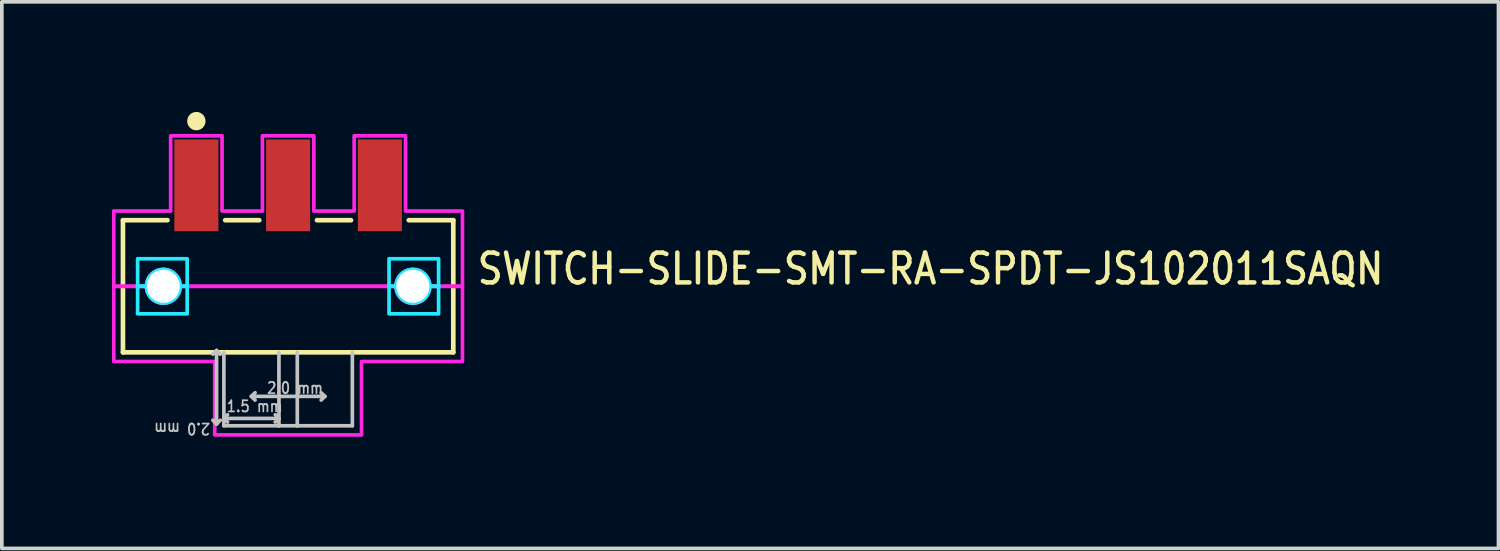
<source format=kicad_pcb>
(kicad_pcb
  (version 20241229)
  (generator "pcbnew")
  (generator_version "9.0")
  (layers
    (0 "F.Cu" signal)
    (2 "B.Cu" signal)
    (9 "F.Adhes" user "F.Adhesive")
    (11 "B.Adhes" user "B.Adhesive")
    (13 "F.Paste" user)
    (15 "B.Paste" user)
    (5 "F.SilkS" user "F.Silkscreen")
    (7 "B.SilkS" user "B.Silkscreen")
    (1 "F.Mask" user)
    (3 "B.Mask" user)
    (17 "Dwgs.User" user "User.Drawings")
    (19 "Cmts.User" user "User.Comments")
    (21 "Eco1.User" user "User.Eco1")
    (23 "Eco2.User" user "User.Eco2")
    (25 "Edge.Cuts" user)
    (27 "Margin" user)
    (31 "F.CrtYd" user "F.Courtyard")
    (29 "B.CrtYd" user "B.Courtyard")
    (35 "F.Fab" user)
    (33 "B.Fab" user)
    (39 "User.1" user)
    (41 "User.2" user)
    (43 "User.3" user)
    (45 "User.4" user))
  (footprint "SWITCH-SLIDE-SMT-RA-SPDT-JS102011SAQN"
    (layer "F.Cu")
    (at 4.8 4.75)
    (property "Reference" "SWITCH-SLIDE-SMT-RA-SPDT-JS102011SAQN" (at 5.096 0 0) (unlocked yes) (layer "F.SilkS") (effects (font (size 0.813 0.695) (thickness 0.122)) (justify left bottom)))
    (fp_line (start -4.5 -1.8) (end -4.5 1.8) (stroke (width 0.127) (type solid)) (layer "F.SilkS"))
    (fp_line (start -4.5 1.8) (end 4.5 1.8) (stroke (width 0.127) (type solid)) (layer "F.SilkS"))
    (fp_line (start -3.287 -1.8) (end -4.5 -1.8) (stroke (width 0.127) (type solid)) (layer "F.SilkS"))
    (fp_line (start -0.786 -1.8) (end -1.714 -1.8) (stroke (width 0.127) (type solid)) (layer "F.SilkS"))
    (fp_line (start 1.714 -1.8) (end 0.786 -1.8) (stroke (width 0.127) (type solid)) (layer "F.SilkS"))
    (fp_line (start 3.287 -1.8) (end 4.5 -1.8) (stroke (width 0.127) (type solid)) (layer "F.SilkS"))
    (fp_line (start 4.5 -1.8) (end 4.5 1.8) (stroke (width 0.127) (type solid)) (layer "F.SilkS"))
    (fp_circle (center -2.5 -4.5) (end -2.25 -4.5) (stroke (width 0) (type solid)) (fill yes) (layer "F.SilkS"))
    (fp_line (start -1.95 1.75) (end -2.05 1.85) (stroke (width 0.1) (type solid)) (layer "Dwgs.User"))
    (fp_line (start -1.95 1.75) (end -1.95 3.75) (stroke (width 0.1) (type solid)) (layer "Dwgs.User"))
    (fp_line (start -1.95 3.75) (end -2.05 3.65) (stroke (width 0.1) (type solid)) (layer "Dwgs.User"))
    (fp_line (start -1.95 3.75) (end -1.85 3.65) (stroke (width 0.1) (type solid)) (layer "Dwgs.User"))
    (fp_line (start -1.85 1.85) (end -1.95 1.75) (stroke (width 0.1) (type solid)) (layer "Dwgs.User"))
    (fp_line (start -1.75 3.6) (end -1.75 1.8) (stroke (width 0.1) (type solid)) (layer "Dwgs.User"))
    (fp_line (start -1.75 3.6) (end -1.65 3.5) (stroke (width 0.1) (type solid)) (layer "Dwgs.User"))
    (fp_line (start -1.75 3.6) (end -1.65 3.7) (stroke (width 0.1) (type solid)) (layer "Dwgs.User"))
    (fp_line (start -1.75 3.6) (end -0.25 3.6) (stroke (width 0.1) (type solid)) (layer "Dwgs.User"))
    (fp_line (start -1.75 3.8) (end -1.75 3.6) (stroke (width 0.1) (type solid)) (layer "Dwgs.User"))
    (fp_line (start -1 3) (end -0.9 2.9) (stroke (width 0.1) (type solid)) (layer "Dwgs.User"))
    (fp_line (start -1 3) (end -0.9 3.1) (stroke (width 0.1) (type solid)) (layer "Dwgs.User"))
    (fp_line (start -0.25 1.8) (end -0.25 3.6) (stroke (width 0.1) (type solid)) (layer "Dwgs.User"))
    (fp_line (start -0.25 3.6) (end -0.35 3.5) (stroke (width 0.1) (type solid)) (layer "Dwgs.User"))
    (fp_line (start -0.25 3.6) (end -0.35 3.7) (stroke (width 0.1) (type solid)) (layer "Dwgs.User"))
    (fp_line (start -0.25 3.6) (end -0.25 3.8) (stroke (width 0.1) (type solid)) (layer "Dwgs.User"))
    (fp_line (start -0.25 3.8) (end -1.75 3.8) (stroke (width 0.1) (type solid)) (layer "Dwgs.User"))
    (fp_line (start 0.25 1.8) (end 0.25 3.8) (stroke (width 0.1) (type solid)) (layer "Dwgs.User"))
    (fp_line (start 0.25 3.8) (end -0.25 3.8) (stroke (width 0.1) (type solid)) (layer "Dwgs.User"))
    (fp_line (start 1 3) (end -1 3) (stroke (width 0.1) (type solid)) (layer "Dwgs.User"))
    (fp_line (start 1 3) (end 0.9 2.9) (stroke (width 0.1) (type solid)) (layer "Dwgs.User"))
    (fp_line (start 1 3) (end 0.9 3.1) (stroke (width 0.1) (type solid)) (layer "Dwgs.User"))
    (fp_line (start 1.75 1.8) (end 1.75 3.8) (stroke (width 0.1) (type solid)) (layer "Dwgs.User"))
    (fp_line (start 1.75 3.8) (end 0.25 3.8) (stroke (width 0.1) (type solid)) (layer "Dwgs.User"))
    (fp_poly (pts (xy -2.75 -0.75) (xy -2.75 0) (xy -2.94 0) (xy -2.94 -0.000078) (xy -2.94 -0.007) (xy -2.94 -0.007) (xy -2.94 -0.014) (xy -2.94 -0.015) (xy -2.941 -0.022) (xy -2.941 -0.022) (xy -2.941 -0.029) (xy -2.941 -0.029) (xy -2.941 -0.036) (xy -2.941 -0.036) (xy -2.942 -0.043) (xy -2.942 -0.043) (xy -2.943 -0.05) (xy -2.943 -0.051) (xy -2.944 -0.058) (xy -2.944 -0.058) (xy -2.945 -0.065) (xy -2.945 -0.065) (xy -2.946 -0.072) (xy -2.946 -0.072) (xy -2.947 -0.079) (xy -2.947 -0.079) (xy -2.948 -0.086) (xy -2.948 -0.086) (xy -2.95 -0.093) (xy -2.95 -0.093) (xy -2.951 -0.1) (xy -2.951 -0.1) (xy -2.953 -0.107) (xy -2.953 -0.107) (xy -2.954 -0.114) (xy -2.954 -0.114) (xy -2.956 -0.121) (xy -2.956 -0.121) (xy -2.958 -0.128) (xy -2.958 -0.128) (xy -2.96 -0.135) (xy -2.96 -0.135) (xy -2.962 -0.142) (xy -2.963 -0.142) (xy -2.965 -0.149) (xy -2.965 -0.149) (xy -2.967 -0.156) (xy -2.967 -0.156) (xy -2.97 -0.163) (xy -2.97 -0.163) (xy -2.972 -0.169) (xy -2.972 -0.169) (xy -2.975 -0.176) (xy -2.975 -0.176) (xy -2.978 -0.183) (xy -2.978 -0.183) (xy -2.981 -0.189) (xy -2.981 -0.189) (xy -2.984 -0.196) (xy -2.984 -0.196) (xy -2.987 -0.202) (xy -2.987 -0.202) (xy -2.99 -0.209) (xy -2.99 -0.209) (xy -2.993 -0.215) (xy -2.994 -0.215) (xy -2.997 -0.222) (xy -2.997 -0.222) (xy -3 -0.228) (xy -3 -0.228) (xy -3.004 -0.234) (xy -3.004 -0.234) (xy -3.008 -0.24) (xy -3.008 -0.24) (xy -3.012 -0.246) (xy -3.012 -0.247) (xy -3.015 -0.252) (xy -3.016 -0.253) (xy -3.019 -0.258) (xy -3.02 -0.259) (xy -3.024 -0.264) (xy -3.024 -0.265) (xy -3.028 -0.27) (xy -3.028 -0.27) (xy -3.032 -0.276) (xy -3.032 -0.276) (xy -3.036 -0.282) (xy -3.037 -0.282) (xy -3.041 -0.288) (xy -3.041 -0.288) (xy -3.046 -0.293) (xy -3.046 -0.293) (xy -3.05 -0.299) (xy -3.05 -0.299) (xy -3.055 -0.304) (xy -3.055 -0.304) (xy -3.06 -0.31) (xy -3.06 -0.31) (xy -3.065 -0.315) (xy -3.065 -0.315) (xy -3.07 -0.32) (xy -3.07 -0.32) (xy -3.075 -0.325) (xy -3.075 -0.325) (xy -3.08 -0.33) (xy -3.08 -0.33) (xy -3.085 -0.335) (xy -3.085 -0.335) (xy -3.09 -0.34) (xy -3.09 -0.34) (xy -3.096 -0.345) (xy -3.096 -0.345) (xy -3.101 -0.35) (xy -3.101 -0.35) (xy -3.107 -0.354) (xy -3.107 -0.354) (xy -3.112 -0.359) (xy -3.112 -0.359) (xy -3.118 -0.363) (xy -3.118 -0.364) (xy -3.124 -0.368) (xy -3.124 -0.368) (xy -3.13 -0.372) (xy -3.13 -0.372) (xy -3.135 -0.376) (xy -3.136 -0.376) (xy -3.141 -0.38) (xy -3.142 -0.381) (xy -3.147 -0.384) (xy -3.148 -0.385) (xy -3.153 -0.388) (xy -3.154 -0.388) (xy -3.16 -0.392) (xy -3.16 -0.392) (xy -3.166 -0.396) (xy -3.166 -0.396) (xy -3.172 -0.4) (xy -3.172 -0.4) (xy -3.178 -0.403) (xy -3.178 -0.403) (xy -3.185 -0.406) (xy -3.185 -0.407) (xy -3.191 -0.41) (xy -3.191 -0.41) (xy -3.198 -0.413) (xy -3.198 -0.413) (xy -3.204 -0.416) (xy -3.204 -0.416) (xy -3.211 -0.419) (xy -3.211 -0.419) (xy -3.217 -0.422) (xy -3.217 -0.422) (xy -3.224 -0.425) (xy -3.224 -0.425) (xy -3.231 -0.428) (xy -3.231 -0.428) (xy -3.237 -0.43) (xy -3.237 -0.43) (xy -3.244 -0.433) (xy -3.244 -0.433) (xy -3.251 -0.435) (xy -3.251 -0.435) (xy -3.258 -0.437) (xy -3.258 -0.438) (xy -3.265 -0.44) (xy -3.265 -0.44) (xy -3.272 -0.442) (xy -3.272 -0.442) (xy -3.279 -0.444) (xy -3.279 -0.444) (xy -3.286 -0.446) (xy -3.286 -0.446) (xy -3.293 -0.447) (xy -3.293 -0.447) (xy -3.3 -0.449) (xy -3.3 -0.449) (xy -3.307 -0.45) (xy -3.307 -0.45) (xy -3.314 -0.452) (xy -3.314 -0.452) (xy -3.321 -0.453) (xy -3.321 -0.453) (xy -3.328 -0.454) (xy -3.328 -0.454) (xy -3.335 -0.455) (xy -3.335 -0.455) (xy -3.342 -0.456) (xy -3.342 -0.456) (xy -3.349 -0.457) (xy -3.35 -0.457) (xy -3.357 -0.458) (xy -3.357 -0.458) (xy -3.364 -0.459) (xy -3.364 -0.459) (xy -3.371 -0.459) (xy -3.371 -0.459) (xy -3.378 -0.459) (xy -3.378 -0.459) (xy -3.385 -0.46) (xy -3.386 -0.46) (xy -3.393 -0.46) (xy -3.393 -0.46) (xy -3.4 -0.46) (xy -3.4 -0.46) (xy -3.407 -0.46) (xy -3.407 -0.46) (xy -3.414 -0.46) (xy -3.415 -0.46) (xy -3.422 -0.459) (xy -3.422 -0.459) (xy -3.429 -0.459) (xy -3.429 -0.459) (xy -3.436 -0.459) (xy -3.436 -0.459) (xy -3.443 -0.458) (xy -3.443 -0.458) (xy -3.45 -0.457) (xy -3.451 -0.457) (xy -3.458 -0.456) (xy -3.458 -0.456) (xy -3.465 -0.455) (xy -3.465 -0.455) (xy -3.472 -0.454) (xy -3.472 -0.454) (xy -3.479 -0.453) (xy -3.479 -0.453) (xy -3.486 -0.452) (xy -3.486 -0.452) (xy -3.493 -0.45) (xy -3.493 -0.45) (xy -3.5 -0.449) (xy -3.5 -0.449) (xy -3.507 -0.447) (xy -3.507 -0.447) (xy -3.514 -0.446) (xy -3.514 -0.446) (xy -3.521 -0.444) (xy -3.521 -0.444) (xy -3.528 -0.442) (xy -3.528 -0.442) (xy -3.535 -0.44) (xy -3.535 -0.44) (xy -3.542 -0.438) (xy -3.542 -0.437) (xy -3.549 -0.435) (xy -3.549 -0.435) (xy -3.556 -0.433) (xy -3.556 -0.433) (xy -3.563 -0.43) (xy -3.563 -0.43) (xy -3.569 -0.428) (xy -3.569 -0.428) (xy -3.576 -0.425) (xy -3.576 -0.425) (xy -3.583 -0.422) (xy -3.583 -0.422) (xy -3.589 -0.419) (xy -3.589 -0.419) (xy -3.596 -0.416) (xy -3.596 -0.416) (xy -3.602 -0.413) (xy -3.602 -0.413) (xy -3.609 -0.41) (xy -3.609 -0.41) (xy -3.615 -0.407) (xy -3.615 -0.406) (xy -3.622 -0.403) (xy -3.622 -0.403) (xy -3.628 -0.4) (xy -3.628 -0.4) (xy -3.634 -0.396) (xy -3.634 -0.396) (xy -3.64 -0.392) (xy -3.64 -0.392) (xy -3.646 -0.388) (xy -3.647 -0.388) (xy -3.652 -0.385) (xy -3.653 -0.384) (xy -3.658 -0.381) (xy -3.659 -0.38) (xy -3.664 -0.376) (xy -3.665 -0.376) (xy -3.67 -0.372) (xy -3.67 -0.372) (xy -3.676 -0.368) (xy -3.676 -0.368) (xy -3.682 -0.364) (xy -3.682 -0.363) (xy -3.688 -0.359) (xy -3.688 -0.359) (xy -3.693 -0.354) (xy -3.693 -0.354) (xy -3.699 -0.35) (xy -3.699 -0.35) (xy -3.704 -0.345) (xy -3.704 -0.345) (xy -3.71 -0.34) (xy -3.71 -0.34) (xy -3.715 -0.335) (xy -3.715 -0.335) (xy -3.72 -0.33) (xy -3.72 -0.33) (xy -3.725 -0.325) (xy -3.725 -0.325) (xy -3.73 -0.32) (xy -3.73 -0.32) (xy -3.735 -0.315) (xy -3.735 -0.315) (xy -3.74 -0.31) (xy -3.74 -0.31) (xy -3.745 -0.304) (xy -3.745 -0.304) (xy -3.75 -0.299) (xy -3.75 -0.299) (xy -3.754 -0.293) (xy -3.754 -0.293) (xy -3.759 -0.288) (xy -3.759 -0.288) (xy -3.763 -0.282) (xy -3.764 -0.282) (xy -3.768 -0.276) (xy -3.768 -0.276) (xy -3.772 -0.27) (xy -3.772 -0.27) (xy -3.776 -0.265) (xy -3.776 -0.264) (xy -3.78 -0.259) (xy -3.78 -0.258) (xy -3.784 -0.253) (xy -3.785 -0.252) (xy -3.788 -0.247) (xy -3.788 -0.246) (xy -3.792 -0.24) (xy -3.792 -0.24) (xy -3.796 -0.234) (xy -3.796 -0.234) (xy -3.8 -0.228) (xy -3.8 -0.228) (xy -3.803 -0.222) (xy -3.803 -0.222) (xy -3.806 -0.215) (xy -3.807 -0.215) (xy -3.81 -0.209) (xy -3.81 -0.209) (xy -3.813 -0.202) (xy -3.813 -0.202) (xy -3.816 -0.196) (xy -3.816 -0.196) (xy -3.819 -0.189) (xy -3.819 -0.189) (xy -3.822 -0.183) (xy -3.822 -0.183) (xy -3.825 -0.176) (xy -3.825 -0.176) (xy -3.828 -0.169) (xy -3.828 -0.169) (xy -3.83 -0.163) (xy -3.83 -0.163) (xy -3.833 -0.156) (xy -3.833 -0.156) (xy -3.835 -0.149) (xy -3.835 -0.149) (xy -3.837 -0.142) (xy -3.838 -0.142) (xy -3.84 -0.135) (xy -3.84 -0.135) (xy -3.842 -0.128) (xy -3.842 -0.128) (xy -3.844 -0.121) (xy -3.844 -0.121) (xy -3.846 -0.114) (xy -3.846 -0.114) (xy -3.847 -0.107) (xy -3.847 -0.107) (xy -3.849 -0.1) (xy -3.849 -0.1) (xy -3.85 -0.093) (xy -3.85 -0.093) (xy -3.852 -0.086) (xy -3.852 -0.086) (xy -3.853 -0.079) (xy -3.853 -0.079) (xy -3.854 -0.072) (xy -3.854 -0.072) (xy -3.855 -0.065) (xy -3.855 -0.065) (xy -3.856 -0.058) (xy -3.856 -0.058) (xy -3.857 -0.051) (xy -3.857 -0.05) (xy -3.858 -0.043) (xy -3.858 -0.043) (xy -3.859 -0.036) (xy -3.859 -0.036) (xy -3.859 -0.029) (xy -3.859 -0.029) (xy -3.859 -0.022) (xy -3.859 -0.022) (xy -3.86 -0.015) (xy -3.86 -0.014) (xy -3.86 -0.007) (xy -3.86 -0.007) (xy -3.86 -0.000078) (xy -3.86 0) (xy -4.1 0) (xy -4.1 -0.75)) (stroke (width 0.1) (type solid)) (fill no) (layer "B.CrtYd"))
    (fp_poly (pts (xy -2.75 0) (xy -2.75 0.75) (xy -4.1 0.75) (xy -4.1 0) (xy -3.86 0) (xy -3.86 0.000078) (xy -3.86 0.007) (xy -3.86 0.007) (xy -3.86 0.014) (xy -3.86 0.015) (xy -3.859 0.022) (xy -3.859 0.022) (xy -3.859 0.029) (xy -3.859 0.029) (xy -3.859 0.036) (xy -3.859 0.036) (xy -3.858 0.043) (xy -3.858 0.043) (xy -3.857 0.05) (xy -3.857 0.051) (xy -3.856 0.058) (xy -3.856 0.058) (xy -3.855 0.065) (xy -3.855 0.065) (xy -3.854 0.072) (xy -3.854 0.072) (xy -3.853 0.079) (xy -3.853 0.079) (xy -3.852 0.086) (xy -3.852 0.086) (xy -3.85 0.093) (xy -3.85 0.093) (xy -3.849 0.1) (xy -3.849 0.1) (xy -3.847 0.107) (xy -3.847 0.107) (xy -3.846 0.114) (xy -3.846 0.114) (xy -3.844 0.121) (xy -3.844 0.121) (xy -3.842 0.128) (xy -3.842 0.128) (xy -3.84 0.135) (xy -3.84 0.135) (xy -3.838 0.142) (xy -3.837 0.142) (xy -3.835 0.149) (xy -3.835 0.149) (xy -3.833 0.156) (xy -3.833 0.156) (xy -3.83 0.163) (xy -3.83 0.163) (xy -3.828 0.169) (xy -3.828 0.169) (xy -3.825 0.176) (xy -3.825 0.176) (xy -3.822 0.183) (xy -3.822 0.183) (xy -3.819 0.189) (xy -3.819 0.189) (xy -3.816 0.196) (xy -3.816 0.196) (xy -3.813 0.202) (xy -3.813 0.202) (xy -3.81 0.209) (xy -3.81 0.209) (xy -3.807 0.215) (xy -3.806 0.215) (xy -3.803 0.222) (xy -3.803 0.222) (xy -3.8 0.228) (xy -3.8 0.228) (xy -3.796 0.234) (xy -3.796 0.234) (xy -3.792 0.24) (xy -3.792 0.24) (xy -3.788 0.246) (xy -3.788 0.247) (xy -3.785 0.252) (xy -3.784 0.253) (xy -3.78 0.258) (xy -3.78 0.259) (xy -3.776 0.264) (xy -3.776 0.265) (xy -3.772 0.27) (xy -3.772 0.27) (xy -3.768 0.276) (xy -3.768 0.276) (xy -3.764 0.282) (xy -3.763 0.282) (xy -3.759 0.288) (xy -3.759 0.288) (xy -3.754 0.293) (xy -3.754 0.293) (xy -3.75 0.299) (xy -3.75 0.299) (xy -3.745 0.304) (xy -3.745 0.304) (xy -3.74 0.31) (xy -3.74 0.31) (xy -3.735 0.315) (xy -3.735 0.315) (xy -3.73 0.32) (xy -3.73 0.32) (xy -3.725 0.325) (xy -3.725 0.325) (xy -3.72 0.33) (xy -3.72 0.33) (xy -3.715 0.335) (xy -3.715 0.335) (xy -3.71 0.34) (xy -3.71 0.34) (xy -3.704 0.345) (xy -3.704 0.345) (xy -3.699 0.35) (xy -3.699 0.35) (xy -3.693 0.354) (xy -3.693 0.354) (xy -3.688 0.359) (xy -3.688 0.359) (xy -3.682 0.363) (xy -3.682 0.364) (xy -3.676 0.368) (xy -3.676 0.368) (xy -3.67 0.372) (xy -3.67 0.372) (xy -3.665 0.376) (xy -3.664 0.376) (xy -3.659 0.38) (xy -3.658 0.381) (xy -3.653 0.384) (xy -3.652 0.385) (xy -3.647 0.388) (xy -3.646 0.388) (xy -3.64 0.392) (xy -3.64 0.392) (xy -3.634 0.396) (xy -3.634 0.396) (xy -3.628 0.4) (xy -3.628 0.4) (xy -3.622 0.403) (xy -3.622 0.403) (xy -3.615 0.406) (xy -3.615 0.407) (xy -3.609 0.41) (xy -3.609 0.41) (xy -3.602 0.413) (xy -3.602 0.413) (xy -3.596 0.416) (xy -3.596 0.416) (xy -3.589 0.419) (xy -3.589 0.419) (xy -3.583 0.422) (xy -3.583 0.422) (xy -3.576 0.425) (xy -3.576 0.425) (xy -3.569 0.428) (xy -3.569 0.428) (xy -3.563 0.43) (xy -3.563 0.43) (xy -3.556 0.433) (xy -3.556 0.433) (xy -3.549 0.435) (xy -3.549 0.435) (xy -3.542 0.437) (xy -3.542 0.438) (xy -3.535 0.44) (xy -3.535 0.44) (xy -3.528 0.442) (xy -3.528 0.442) (xy -3.521 0.444) (xy -3.521 0.444) (xy -3.514 0.446) (xy -3.514 0.446) (xy -3.507 0.447) (xy -3.507 0.447) (xy -3.5 0.449) (xy -3.5 0.449) (xy -3.493 0.45) (xy -3.493 0.45) (xy -3.486 0.452) (xy -3.486 0.452) (xy -3.479 0.453) (xy -3.479 0.453) (xy -3.472 0.454) (xy -3.472 0.454) (xy -3.465 0.455) (xy -3.465 0.455) (xy -3.458 0.456) (xy -3.458 0.456) (xy -3.451 0.457) (xy -3.45 0.457) (xy -3.443 0.458) (xy -3.443 0.458) (xy -3.436 0.459) (xy -3.436 0.459) (xy -3.429 0.459) (xy -3.429 0.459) (xy -3.422 0.459) (xy -3.422 0.459) (xy -3.415 0.46) (xy -3.414 0.46) (xy -3.407 0.46) (xy -3.407 0.46) (xy -3.4 0.46) (xy -3.4 0.46) (xy -3.393 0.46) (xy -3.393 0.46) (xy -3.386 0.46) (xy -3.385 0.46) (xy -3.378 0.459) (xy -3.378 0.459) (xy -3.371 0.459) (xy -3.371 0.459) (xy -3.364 0.459) (xy -3.364 0.459) (xy -3.357 0.458) (xy -3.357 0.458) (xy -3.35 0.457) (xy -3.349 0.457) (xy -3.342 0.456) (xy -3.342 0.456) (xy -3.335 0.455) (xy -3.335 0.455) (xy -3.328 0.454) (xy -3.328 0.454) (xy -3.321 0.453) (xy -3.321 0.453) (xy -3.314 0.452) (xy -3.314 0.452) (xy -3.307 0.45) (xy -3.307 0.45) (xy -3.3 0.449) (xy -3.3 0.449) (xy -3.293 0.447) (xy -3.293 0.447) (xy -3.286 0.446) (xy -3.286 0.446) (xy -3.279 0.444) (xy -3.279 0.444) (xy -3.272 0.442) (xy -3.272 0.442) (xy -3.265 0.44) (xy -3.265 0.44) (xy -3.258 0.438) (xy -3.258 0.437) (xy -3.251 0.435) (xy -3.251 0.435) (xy -3.244 0.433) (xy -3.244 0.433) (xy -3.237 0.43) (xy -3.237 0.43) (xy -3.231 0.428) (xy -3.231 0.428) (xy -3.224 0.425) (xy -3.224 0.425) (xy -3.217 0.422) (xy -3.217 0.422) (xy -3.211 0.419) (xy -3.211 0.419) (xy -3.204 0.416) (xy -3.204 0.416) (xy -3.198 0.413) (xy -3.198 0.413) (xy -3.191 0.41) (xy -3.191 0.41) (xy -3.185 0.407) (xy -3.185 0.406) (xy -3.178 0.403) (xy -3.178 0.403) (xy -3.172 0.4) (xy -3.172 0.4) (xy -3.166 0.396) (xy -3.166 0.396) (xy -3.16 0.392) (xy -3.16 0.392) (xy -3.154 0.388) (xy -3.153 0.388) (xy -3.148 0.385) (xy -3.147 0.384) (xy -3.142 0.381) (xy -3.141 0.38) (xy -3.136 0.376) (xy -3.135 0.376) (xy -3.13 0.372) (xy -3.13 0.372) (xy -3.124 0.368) (xy -3.124 0.368) (xy -3.118 0.364) (xy -3.118 0.363) (xy -3.112 0.359) (xy -3.112 0.359) (xy -3.107 0.354) (xy -3.107 0.354) (xy -3.101 0.35) (xy -3.101 0.35) (xy -3.096 0.345) (xy -3.096 0.345) (xy -3.09 0.34) (xy -3.09 0.34) (xy -3.085 0.335) (xy -3.085 0.335) (xy -3.08 0.33) (xy -3.08 0.33) (xy -3.075 0.325) (xy -3.075 0.325) (xy -3.07 0.32) (xy -3.07 0.32) (xy -3.065 0.315) (xy -3.065 0.315) (xy -3.06 0.31) (xy -3.06 0.31) (xy -3.055 0.304) (xy -3.055 0.304) (xy -3.05 0.299) (xy -3.05 0.299) (xy -3.046 0.293) (xy -3.046 0.293) (xy -3.041 0.288) (xy -3.041 0.288) (xy -3.037 0.282) (xy -3.036 0.282) (xy -3.032 0.276) (xy -3.032 0.276) (xy -3.028 0.27) (xy -3.028 0.27) (xy -3.024 0.265) (xy -3.024 0.264) (xy -3.02 0.259) (xy -3.019 0.258) (xy -3.016 0.253) (xy -3.015 0.252) (xy -3.012 0.247) (xy -3.012 0.246) (xy -3.008 0.24) (xy -3.008 0.24) (xy -3.004 0.234) (xy -3.004 0.234) (xy -3 0.228) (xy -3 0.228) (xy -2.997 0.222) (xy -2.997 0.222) (xy -2.994 0.215) (xy -2.993 0.215) (xy -2.99 0.209) (xy -2.99 0.209) (xy -2.987 0.202) (xy -2.987 0.202) (xy -2.984 0.196) (xy -2.984 0.196) (xy -2.981 0.189) (xy -2.981 0.189) (xy -2.978 0.183) (xy -2.978 0.183) (xy -2.975 0.176) (xy -2.975 0.176) (xy -2.972 0.169) (xy -2.972 0.169) (xy -2.97 0.163) (xy -2.97 0.163) (xy -2.967 0.156) (xy -2.967 0.156) (xy -2.965 0.149) (xy -2.965 0.149) (xy -2.963 0.142) (xy -2.962 0.142) (xy -2.96 0.135) (xy -2.96 0.135) (xy -2.958 0.128) (xy -2.958 0.128) (xy -2.956 0.121) (xy -2.956 0.121) (xy -2.954 0.114) (xy -2.954 0.114) (xy -2.953 0.107) (xy -2.953 0.107) (xy -2.951 0.1) (xy -2.951 0.1) (xy -2.95 0.093) (xy -2.95 0.093) (xy -2.948 0.086) (xy -2.948 0.086) (xy -2.947 0.079) (xy -2.947 0.079) (xy -2.946 0.072) (xy -2.946 0.072) (xy -2.945 0.065) (xy -2.945 0.065) (xy -2.944 0.058) (xy -2.944 0.058) (xy -2.943 0.051) (xy -2.943 0.05) (xy -2.942 0.043) (xy -2.942 0.043) (xy -2.941 0.036) (xy -2.941 0.036) (xy -2.941 0.029) (xy -2.941 0.029) (xy -2.941 0.022) (xy -2.941 0.022) (xy -2.94 0.015) (xy -2.94 0.014) (xy -2.94 0.007) (xy -2.94 0.007) (xy -2.94 0.000078) (xy -2.94 0)) (stroke (width 0.1) (type solid)) (fill no) (layer "B.CrtYd"))
    (fp_poly (pts (xy 4.1 -0.75) (xy 4.1 0) (xy 3.86 0) (xy 3.86 -0.000078) (xy 3.86 -0.007) (xy 3.86 -0.007) (xy 3.86 -0.014) (xy 3.86 -0.015) (xy 3.859 -0.022) (xy 3.859 -0.022) (xy 3.859 -0.029) (xy 3.859 -0.029) (xy 3.859 -0.036) (xy 3.859 -0.036) (xy 3.858 -0.043) (xy 3.858 -0.043) (xy 3.857 -0.05) (xy 3.857 -0.051) (xy 3.856 -0.058) (xy 3.856 -0.058) (xy 3.855 -0.065) (xy 3.855 -0.065) (xy 3.854 -0.072) (xy 3.854 -0.072) (xy 3.853 -0.079) (xy 3.853 -0.079) (xy 3.852 -0.086) (xy 3.852 -0.086) (xy 3.85 -0.093) (xy 3.85 -0.093) (xy 3.849 -0.1) (xy 3.849 -0.1) (xy 3.847 -0.107) (xy 3.847 -0.107) (xy 3.846 -0.114) (xy 3.846 -0.114) (xy 3.844 -0.121) (xy 3.844 -0.121) (xy 3.842 -0.128) (xy 3.842 -0.128) (xy 3.84 -0.135) (xy 3.84 -0.135) (xy 3.838 -0.142) (xy 3.837 -0.142) (xy 3.835 -0.149) (xy 3.835 -0.149) (xy 3.833 -0.156) (xy 3.833 -0.156) (xy 3.83 -0.163) (xy 3.83 -0.163) (xy 3.828 -0.169) (xy 3.828 -0.169) (xy 3.825 -0.176) (xy 3.825 -0.176) (xy 3.822 -0.183) (xy 3.822 -0.183) (xy 3.819 -0.189) (xy 3.819 -0.189) (xy 3.816 -0.196) (xy 3.816 -0.196) (xy 3.813 -0.202) (xy 3.813 -0.202) (xy 3.81 -0.209) (xy 3.81 -0.209) (xy 3.807 -0.215) (xy 3.806 -0.215) (xy 3.803 -0.222) (xy 3.803 -0.222) (xy 3.8 -0.228) (xy 3.8 -0.228) (xy 3.796 -0.234) (xy 3.796 -0.234) (xy 3.792 -0.24) (xy 3.792 -0.24) (xy 3.788 -0.246) (xy 3.788 -0.247) (xy 3.785 -0.252) (xy 3.784 -0.253) (xy 3.78 -0.258) (xy 3.78 -0.259) (xy 3.776 -0.264) (xy 3.776 -0.265) (xy 3.772 -0.27) (xy 3.772 -0.27) (xy 3.768 -0.276) (xy 3.768 -0.276) (xy 3.764 -0.282) (xy 3.763 -0.282) (xy 3.759 -0.288) (xy 3.759 -0.288) (xy 3.754 -0.293) (xy 3.754 -0.293) (xy 3.75 -0.299) (xy 3.75 -0.299) (xy 3.745 -0.304) (xy 3.745 -0.304) (xy 3.74 -0.31) (xy 3.74 -0.31) (xy 3.735 -0.315) (xy 3.735 -0.315) (xy 3.73 -0.32) (xy 3.73 -0.32) (xy 3.725 -0.325) (xy 3.725 -0.325) (xy 3.72 -0.33) (xy 3.72 -0.33) (xy 3.715 -0.335) (xy 3.715 -0.335) (xy 3.71 -0.34) (xy 3.71 -0.34) (xy 3.704 -0.345) (xy 3.704 -0.345) (xy 3.699 -0.35) (xy 3.699 -0.35) (xy 3.693 -0.354) (xy 3.693 -0.354) (xy 3.688 -0.359) (xy 3.688 -0.359) (xy 3.682 -0.363) (xy 3.682 -0.364) (xy 3.676 -0.368) (xy 3.676 -0.368) (xy 3.67 -0.372) (xy 3.67 -0.372) (xy 3.665 -0.376) (xy 3.664 -0.376) (xy 3.659 -0.38) (xy 3.658 -0.381) (xy 3.653 -0.384) (xy 3.652 -0.385) (xy 3.647 -0.388) (xy 3.646 -0.388) (xy 3.64 -0.392) (xy 3.64 -0.392) (xy 3.634 -0.396) (xy 3.634 -0.396) (xy 3.628 -0.4) (xy 3.628 -0.4) (xy 3.622 -0.403) (xy 3.622 -0.403) (xy 3.615 -0.406) (xy 3.615 -0.407) (xy 3.609 -0.41) (xy 3.609 -0.41) (xy 3.602 -0.413) (xy 3.602 -0.413) (xy 3.596 -0.416) (xy 3.596 -0.416) (xy 3.589 -0.419) (xy 3.589 -0.419) (xy 3.583 -0.422) (xy 3.583 -0.422) (xy 3.576 -0.425) (xy 3.576 -0.425) (xy 3.569 -0.428) (xy 3.569 -0.428) (xy 3.563 -0.43) (xy 3.563 -0.43) (xy 3.556 -0.433) (xy 3.556 -0.433) (xy 3.549 -0.435) (xy 3.549 -0.435) (xy 3.542 -0.437) (xy 3.542 -0.438) (xy 3.535 -0.44) (xy 3.535 -0.44) (xy 3.528 -0.442) (xy 3.528 -0.442) (xy 3.521 -0.444) (xy 3.521 -0.444) (xy 3.514 -0.446) (xy 3.514 -0.446) (xy 3.507 -0.447) (xy 3.507 -0.447) (xy 3.5 -0.449) (xy 3.5 -0.449) (xy 3.493 -0.45) (xy 3.493 -0.45) (xy 3.486 -0.452) (xy 3.486 -0.452) (xy 3.479 -0.453) (xy 3.479 -0.453) (xy 3.472 -0.454) (xy 3.472 -0.454) (xy 3.465 -0.455) (xy 3.465 -0.455) (xy 3.458 -0.456) (xy 3.458 -0.456) (xy 3.451 -0.457) (xy 3.45 -0.457) (xy 3.443 -0.458) (xy 3.443 -0.458) (xy 3.436 -0.459) (xy 3.436 -0.459) (xy 3.429 -0.459) (xy 3.429 -0.459) (xy 3.422 -0.459) (xy 3.422 -0.459) (xy 3.415 -0.46) (xy 3.414 -0.46) (xy 3.407 -0.46) (xy 3.407 -0.46) (xy 3.4 -0.46) (xy 3.4 -0.46) (xy 3.393 -0.46) (xy 3.393 -0.46) (xy 3.386 -0.46) (xy 3.385 -0.46) (xy 3.378 -0.459) (xy 3.378 -0.459) (xy 3.371 -0.459) (xy 3.371 -0.459) (xy 3.364 -0.459) (xy 3.364 -0.459) (xy 3.357 -0.458) (xy 3.357 -0.458) (xy 3.35 -0.457) (xy 3.349 -0.457) (xy 3.342 -0.456) (xy 3.342 -0.456) (xy 3.335 -0.455) (xy 3.335 -0.455) (xy 3.328 -0.454) (xy 3.328 -0.454) (xy 3.321 -0.453) (xy 3.321 -0.453) (xy 3.314 -0.452) (xy 3.314 -0.452) (xy 3.307 -0.45) (xy 3.307 -0.45) (xy 3.3 -0.449) (xy 3.3 -0.449) (xy 3.293 -0.447) (xy 3.293 -0.447) (xy 3.286 -0.446) (xy 3.286 -0.446) (xy 3.279 -0.444) (xy 3.279 -0.444) (xy 3.272 -0.442) (xy 3.272 -0.442) (xy 3.265 -0.44) (xy 3.265 -0.44) (xy 3.258 -0.438) (xy 3.258 -0.437) (xy 3.251 -0.435) (xy 3.251 -0.435) (xy 3.244 -0.433) (xy 3.244 -0.433) (xy 3.237 -0.43) (xy 3.237 -0.43) (xy 3.231 -0.428) (xy 3.231 -0.428) (xy 3.224 -0.425) (xy 3.224 -0.425) (xy 3.217 -0.422) (xy 3.217 -0.422) (xy 3.211 -0.419) (xy 3.211 -0.419) (xy 3.204 -0.416) (xy 3.204 -0.416) (xy 3.198 -0.413) (xy 3.198 -0.413) (xy 3.191 -0.41) (xy 3.191 -0.41) (xy 3.185 -0.407) (xy 3.185 -0.406) (xy 3.178 -0.403) (xy 3.178 -0.403) (xy 3.172 -0.4) (xy 3.172 -0.4) (xy 3.166 -0.396) (xy 3.166 -0.396) (xy 3.16 -0.392) (xy 3.16 -0.392) (xy 3.154 -0.388) (xy 3.153 -0.388) (xy 3.148 -0.385) (xy 3.147 -0.384) (xy 3.142 -0.381) (xy 3.141 -0.38) (xy 3.136 -0.376) (xy 3.135 -0.376) (xy 3.13 -0.372) (xy 3.13 -0.372) (xy 3.124 -0.368) (xy 3.124 -0.368) (xy 3.118 -0.364) (xy 3.118 -0.363) (xy 3.112 -0.359) (xy 3.112 -0.359) (xy 3.107 -0.354) (xy 3.107 -0.354) (xy 3.101 -0.35) (xy 3.101 -0.35) (xy 3.096 -0.345) (xy 3.096 -0.345) (xy 3.09 -0.34) (xy 3.09 -0.34) (xy 3.085 -0.335) (xy 3.085 -0.335) (xy 3.08 -0.33) (xy 3.08 -0.33) (xy 3.075 -0.325) (xy 3.075 -0.325) (xy 3.07 -0.32) (xy 3.07 -0.32) (xy 3.065 -0.315) (xy 3.065 -0.315) (xy 3.06 -0.31) (xy 3.06 -0.31) (xy 3.055 -0.304) (xy 3.055 -0.304) (xy 3.05 -0.299) (xy 3.05 -0.299) (xy 3.046 -0.293) (xy 3.046 -0.293) (xy 3.041 -0.288) (xy 3.041 -0.288) (xy 3.037 -0.282) (xy 3.036 -0.282) (xy 3.032 -0.276) (xy 3.032 -0.276) (xy 3.028 -0.27) (xy 3.028 -0.27) (xy 3.024 -0.265) (xy 3.024 -0.264) (xy 3.02 -0.259) (xy 3.019 -0.258) (xy 3.016 -0.253) (xy 3.015 -0.252) (xy 3.012 -0.247) (xy 3.012 -0.246) (xy 3.008 -0.24) (xy 3.008 -0.24) (xy 3.004 -0.234) (xy 3.004 -0.234) (xy 3 -0.228) (xy 3 -0.228) (xy 2.997 -0.222) (xy 2.997 -0.222) (xy 2.994 -0.215) (xy 2.993 -0.215) (xy 2.99 -0.209) (xy 2.99 -0.209) (xy 2.987 -0.202) (xy 2.987 -0.202) (xy 2.984 -0.196) (xy 2.984 -0.196) (xy 2.981 -0.189) (xy 2.981 -0.189) (xy 2.978 -0.183) (xy 2.978 -0.183) (xy 2.975 -0.176) (xy 2.975 -0.176) (xy 2.972 -0.169) (xy 2.972 -0.169) (xy 2.97 -0.163) (xy 2.97 -0.163) (xy 2.967 -0.156) (xy 2.967 -0.156) (xy 2.965 -0.149) (xy 2.965 -0.149) (xy 2.963 -0.142) (xy 2.962 -0.142) (xy 2.96 -0.135) (xy 2.96 -0.135) (xy 2.958 -0.128) (xy 2.958 -0.128) (xy 2.956 -0.121) (xy 2.956 -0.121) (xy 2.954 -0.114) (xy 2.954 -0.114) (xy 2.953 -0.107) (xy 2.953 -0.107) (xy 2.951 -0.1) (xy 2.951 -0.1) (xy 2.95 -0.093) (xy 2.95 -0.093) (xy 2.948 -0.086) (xy 2.948 -0.086) (xy 2.947 -0.079) (xy 2.947 -0.079) (xy 2.946 -0.072) (xy 2.946 -0.072) (xy 2.945 -0.065) (xy 2.945 -0.065) (xy 2.944 -0.058) (xy 2.944 -0.058) (xy 2.943 -0.051) (xy 2.943 -0.05) (xy 2.942 -0.043) (xy 2.942 -0.043) (xy 2.941 -0.036) (xy 2.941 -0.036) (xy 2.941 -0.029) (xy 2.941 -0.029) (xy 2.941 -0.022) (xy 2.941 -0.022) (xy 2.94 -0.015) (xy 2.94 -0.014) (xy 2.94 -0.007) (xy 2.94 -0.007) (xy 2.94 -0.000078) (xy 2.94 0) (xy 2.75 0) (xy 2.75 -0.75)) (stroke (width 0.1) (type solid)) (fill no) (layer "B.CrtYd"))
    (fp_poly (pts (xy 4.1 0) (xy 4.1 0.75) (xy 2.75 0.75) (xy 2.75 0) (xy 2.94 0) (xy 2.94 0.000078) (xy 2.94 0.007) (xy 2.94 0.007) (xy 2.94 0.014) (xy 2.94 0.015) (xy 2.941 0.022) (xy 2.941 0.022) (xy 2.941 0.029) (xy 2.941 0.029) (xy 2.941 0.036) (xy 2.941 0.036) (xy 2.942 0.043) (xy 2.942 0.043) (xy 2.943 0.05) (xy 2.943 0.051) (xy 2.944 0.058) (xy 2.944 0.058) (xy 2.945 0.065) (xy 2.945 0.065) (xy 2.946 0.072) (xy 2.946 0.072) (xy 2.947 0.079) (xy 2.947 0.079) (xy 2.948 0.086) (xy 2.948 0.086) (xy 2.95 0.093) (xy 2.95 0.093) (xy 2.951 0.1) (xy 2.951 0.1) (xy 2.953 0.107) (xy 2.953 0.107) (xy 2.954 0.114) (xy 2.954 0.114) (xy 2.956 0.121) (xy 2.956 0.121) (xy 2.958 0.128) (xy 2.958 0.128) (xy 2.96 0.135) (xy 2.96 0.135) (xy 2.962 0.142) (xy 2.963 0.142) (xy 2.965 0.149) (xy 2.965 0.149) (xy 2.967 0.156) (xy 2.967 0.156) (xy 2.97 0.163) (xy 2.97 0.163) (xy 2.972 0.169) (xy 2.972 0.169) (xy 2.975 0.176) (xy 2.975 0.176) (xy 2.978 0.183) (xy 2.978 0.183) (xy 2.981 0.189) (xy 2.981 0.189) (xy 2.984 0.196) (xy 2.984 0.196) (xy 2.987 0.202) (xy 2.987 0.202) (xy 2.99 0.209) (xy 2.99 0.209) (xy 2.993 0.215) (xy 2.994 0.215) (xy 2.997 0.222) (xy 2.997 0.222) (xy 3 0.228) (xy 3 0.228) (xy 3.004 0.234) (xy 3.004 0.234) (xy 3.008 0.24) (xy 3.008 0.24) (xy 3.012 0.246) (xy 3.012 0.247) (xy 3.015 0.252) (xy 3.016 0.253) (xy 3.019 0.258) (xy 3.02 0.259) (xy 3.024 0.264) (xy 3.024 0.265) (xy 3.028 0.27) (xy 3.028 0.27) (xy 3.032 0.276) (xy 3.032 0.276) (xy 3.036 0.282) (xy 3.037 0.282) (xy 3.041 0.288) (xy 3.041 0.288) (xy 3.046 0.293) (xy 3.046 0.293) (xy 3.05 0.299) (xy 3.05 0.299) (xy 3.055 0.304) (xy 3.055 0.304) (xy 3.06 0.31) (xy 3.06 0.31) (xy 3.065 0.315) (xy 3.065 0.315) (xy 3.07 0.32) (xy 3.07 0.32) (xy 3.075 0.325) (xy 3.075 0.325) (xy 3.08 0.33) (xy 3.08 0.33) (xy 3.085 0.335) (xy 3.085 0.335) (xy 3.09 0.34) (xy 3.09 0.34) (xy 3.096 0.345) (xy 3.096 0.345) (xy 3.101 0.35) (xy 3.101 0.35) (xy 3.107 0.354) (xy 3.107 0.354) (xy 3.112 0.359) (xy 3.112 0.359) (xy 3.118 0.363) (xy 3.118 0.364) (xy 3.124 0.368) (xy 3.124 0.368) (xy 3.13 0.372) (xy 3.13 0.372) (xy 3.135 0.376) (xy 3.136 0.376) (xy 3.141 0.38) (xy 3.142 0.381) (xy 3.147 0.384) (xy 3.148 0.385) (xy 3.153 0.388) (xy 3.154 0.388) (xy 3.16 0.392) (xy 3.16 0.392) (xy 3.166 0.396) (xy 3.166 0.396) (xy 3.172 0.4) (xy 3.172 0.4) (xy 3.178 0.403) (xy 3.178 0.403) (xy 3.185 0.406) (xy 3.185 0.407) (xy 3.191 0.41) (xy 3.191 0.41) (xy 3.198 0.413) (xy 3.198 0.413) (xy 3.204 0.416) (xy 3.204 0.416) (xy 3.211 0.419) (xy 3.211 0.419) (xy 3.217 0.422) (xy 3.217 0.422) (xy 3.224 0.425) (xy 3.224 0.425) (xy 3.231 0.428) (xy 3.231 0.428) (xy 3.237 0.43) (xy 3.237 0.43) (xy 3.244 0.433) (xy 3.244 0.433) (xy 3.251 0.435) (xy 3.251 0.435) (xy 3.258 0.437) (xy 3.258 0.438) (xy 3.265 0.44) (xy 3.265 0.44) (xy 3.272 0.442) (xy 3.272 0.442) (xy 3.279 0.444) (xy 3.279 0.444) (xy 3.286 0.446) (xy 3.286 0.446) (xy 3.293 0.447) (xy 3.293 0.447) (xy 3.3 0.449) (xy 3.3 0.449) (xy 3.307 0.45) (xy 3.307 0.45) (xy 3.314 0.452) (xy 3.314 0.452) (xy 3.321 0.453) (xy 3.321 0.453) (xy 3.328 0.454) (xy 3.328 0.454) (xy 3.335 0.455) (xy 3.335 0.455) (xy 3.342 0.456) (xy 3.342 0.456) (xy 3.349 0.457) (xy 3.35 0.457) (xy 3.357 0.458) (xy 3.357 0.458) (xy 3.364 0.459) (xy 3.364 0.459) (xy 3.371 0.459) (xy 3.371 0.459) (xy 3.378 0.459) (xy 3.378 0.459) (xy 3.385 0.46) (xy 3.386 0.46) (xy 3.393 0.46) (xy 3.393 0.46) (xy 3.4 0.46) (xy 3.4 0.46) (xy 3.407 0.46) (xy 3.407 0.46) (xy 3.414 0.46) (xy 3.415 0.46) (xy 3.422 0.459) (xy 3.422 0.459) (xy 3.429 0.459) (xy 3.429 0.459) (xy 3.436 0.459) (xy 3.436 0.459) (xy 3.443 0.458) (xy 3.443 0.458) (xy 3.45 0.457) (xy 3.451 0.457) (xy 3.458 0.456) (xy 3.458 0.456) (xy 3.465 0.455) (xy 3.465 0.455) (xy 3.472 0.454) (xy 3.472 0.454) (xy 3.479 0.453) (xy 3.479 0.453) (xy 3.486 0.452) (xy 3.486 0.452) (xy 3.493 0.45) (xy 3.493 0.45) (xy 3.5 0.449) (xy 3.5 0.449) (xy 3.507 0.447) (xy 3.507 0.447) (xy 3.514 0.446) (xy 3.514 0.446) (xy 3.521 0.444) (xy 3.521 0.444) (xy 3.528 0.442) (xy 3.528 0.442) (xy 3.535 0.44) (xy 3.535 0.44) (xy 3.542 0.438) (xy 3.542 0.437) (xy 3.549 0.435) (xy 3.549 0.435) (xy 3.556 0.433) (xy 3.556 0.433) (xy 3.563 0.43) (xy 3.563 0.43) (xy 3.569 0.428) (xy 3.569 0.428) (xy 3.576 0.425) (xy 3.576 0.425) (xy 3.583 0.422) (xy 3.583 0.422) (xy 3.589 0.419) (xy 3.589 0.419) (xy 3.596 0.416) (xy 3.596 0.416) (xy 3.602 0.413) (xy 3.602 0.413) (xy 3.609 0.41) (xy 3.609 0.41) (xy 3.615 0.407) (xy 3.615 0.406) (xy 3.622 0.403) (xy 3.622 0.403) (xy 3.628 0.4) (xy 3.628 0.4) (xy 3.634 0.396) (xy 3.634 0.396) (xy 3.64 0.392) (xy 3.64 0.392) (xy 3.646 0.388) (xy 3.647 0.388) (xy 3.652 0.385) (xy 3.653 0.384) (xy 3.658 0.381) (xy 3.659 0.38) (xy 3.664 0.376) (xy 3.665 0.376) (xy 3.67 0.372) (xy 3.67 0.372) (xy 3.676 0.368) (xy 3.676 0.368) (xy 3.682 0.364) (xy 3.682 0.363) (xy 3.688 0.359) (xy 3.688 0.359) (xy 3.693 0.354) (xy 3.693 0.354) (xy 3.699 0.35) (xy 3.699 0.35) (xy 3.704 0.345) (xy 3.704 0.345) (xy 3.71 0.34) (xy 3.71 0.34) (xy 3.715 0.335) (xy 3.715 0.335) (xy 3.72 0.33) (xy 3.72 0.33) (xy 3.725 0.325) (xy 3.725 0.325) (xy 3.73 0.32) (xy 3.73 0.32) (xy 3.735 0.315) (xy 3.735 0.315) (xy 3.74 0.31) (xy 3.74 0.31) (xy 3.745 0.304) (xy 3.745 0.304) (xy 3.75 0.299) (xy 3.75 0.299) (xy 3.754 0.293) (xy 3.754 0.293) (xy 3.759 0.288) (xy 3.759 0.288) (xy 3.763 0.282) (xy 3.764 0.282) (xy 3.768 0.276) (xy 3.768 0.276) (xy 3.772 0.27) (xy 3.772 0.27) (xy 3.776 0.265) (xy 3.776 0.264) (xy 3.78 0.259) (xy 3.78 0.258) (xy 3.784 0.253) (xy 3.785 0.252) (xy 3.788 0.247) (xy 3.788 0.246) (xy 3.792 0.24) (xy 3.792 0.24) (xy 3.796 0.234) (xy 3.796 0.234) (xy 3.8 0.228) (xy 3.8 0.228) (xy 3.803 0.222) (xy 3.803 0.222) (xy 3.806 0.215) (xy 3.807 0.215) (xy 3.81 0.209) (xy 3.81 0.209) (xy 3.813 0.202) (xy 3.813 0.202) (xy 3.816 0.196) (xy 3.816 0.196) (xy 3.819 0.189) (xy 3.819 0.189) (xy 3.822 0.183) (xy 3.822 0.183) (xy 3.825 0.176) (xy 3.825 0.176) (xy 3.828 0.169) (xy 3.828 0.169) (xy 3.83 0.163) (xy 3.83 0.163) (xy 3.833 0.156) (xy 3.833 0.156) (xy 3.835 0.149) (xy 3.835 0.149) (xy 3.837 0.142) (xy 3.838 0.142) (xy 3.84 0.135) (xy 3.84 0.135) (xy 3.842 0.128) (xy 3.842 0.128) (xy 3.844 0.121) (xy 3.844 0.121) (xy 3.846 0.114) (xy 3.846 0.114) (xy 3.847 0.107) (xy 3.847 0.107) (xy 3.849 0.1) (xy 3.849 0.1) (xy 3.85 0.093) (xy 3.85 0.093) (xy 3.852 0.086) (xy 3.852 0.086) (xy 3.853 0.079) (xy 3.853 0.079) (xy 3.854 0.072) (xy 3.854 0.072) (xy 3.855 0.065) (xy 3.855 0.065) (xy 3.856 0.058) (xy 3.856 0.058) (xy 3.857 0.051) (xy 3.857 0.05) (xy 3.858 0.043) (xy 3.858 0.043) (xy 3.859 0.036) (xy 3.859 0.036) (xy 3.859 0.029) (xy 3.859 0.029) (xy 3.859 0.022) (xy 3.859 0.022) (xy 3.86 0.015) (xy 3.86 0.014) (xy 3.86 0.007) (xy 3.86 0.007) (xy 3.86 0.000078) (xy 3.86 0)) (stroke (width 0.1) (type solid)) (fill no) (layer "B.CrtYd"))
    (fp_poly (pts (xy 4.75 0) (xy 4.75 2.05) (xy 2 2.05) (xy 2 4.05) (xy -2 4.05) (xy -2 2.05) (xy -4.75 2.05) (xy -4.75 0) (xy -3.86 0) (xy -3.86 0.000078) (xy -3.86 0.007) (xy -3.86 0.007) (xy -3.86 0.014) (xy -3.86 0.015) (xy -3.859 0.022) (xy -3.859 0.022) (xy -3.859 0.029) (xy -3.859 0.029) (xy -3.859 0.036) (xy -3.859 0.036) (xy -3.858 0.043) (xy -3.858 0.043) (xy -3.857 0.05) (xy -3.857 0.051) (xy -3.856 0.058) (xy -3.856 0.058) (xy -3.855 0.065) (xy -3.855 0.065) (xy -3.854 0.072) (xy -3.854 0.072) (xy -3.853 0.079) (xy -3.853 0.079) (xy -3.852 0.086) (xy -3.852 0.086) (xy -3.85 0.093) (xy -3.85 0.093) (xy -3.849 0.1) (xy -3.849 0.1) (xy -3.847 0.107) (xy -3.847 0.107) (xy -3.846 0.114) (xy -3.846 0.114) (xy -3.844 0.121) (xy -3.844 0.121) (xy -3.842 0.128) (xy -3.842 0.128) (xy -3.84 0.135) (xy -3.84 0.135) (xy -3.838 0.142) (xy -3.837 0.142) (xy -3.835 0.149) (xy -3.835 0.149) (xy -3.833 0.156) (xy -3.833 0.156) (xy -3.83 0.163) (xy -3.83 0.163) (xy -3.828 0.169) (xy -3.828 0.169) (xy -3.825 0.176) (xy -3.825 0.176) (xy -3.822 0.183) (xy -3.822 0.183) (xy -3.819 0.189) (xy -3.819 0.189) (xy -3.816 0.196) (xy -3.816 0.196) (xy -3.813 0.202) (xy -3.813 0.202) (xy -3.81 0.209) (xy -3.81 0.209) (xy -3.807 0.215) (xy -3.806 0.215) (xy -3.803 0.222) (xy -3.803 0.222) (xy -3.8 0.228) (xy -3.8 0.228) (xy -3.796 0.234) (xy -3.796 0.234) (xy -3.792 0.24) (xy -3.792 0.24) (xy -3.788 0.246) (xy -3.788 0.247) (xy -3.785 0.252) (xy -3.784 0.253) (xy -3.78 0.258) (xy -3.78 0.259) (xy -3.776 0.264) (xy -3.776 0.265) (xy -3.772 0.27) (xy -3.772 0.27) (xy -3.768 0.276) (xy -3.768 0.276) (xy -3.764 0.282) (xy -3.763 0.282) (xy -3.759 0.288) (xy -3.759 0.288) (xy -3.754 0.293) (xy -3.754 0.293) (xy -3.75 0.299) (xy -3.75 0.299) (xy -3.745 0.304) (xy -3.745 0.304) (xy -3.74 0.31) (xy -3.74 0.31) (xy -3.735 0.315) (xy -3.735 0.315) (xy -3.73 0.32) (xy -3.73 0.32) (xy -3.725 0.325) (xy -3.725 0.325) (xy -3.72 0.33) (xy -3.72 0.33) (xy -3.715 0.335) (xy -3.715 0.335) (xy -3.71 0.34) (xy -3.71 0.34) (xy -3.704 0.345) (xy -3.704 0.345) (xy -3.699 0.35) (xy -3.699 0.35) (xy -3.693 0.354) (xy -3.693 0.354) (xy -3.688 0.359) (xy -3.688 0.359) (xy -3.682 0.363) (xy -3.682 0.364) (xy -3.676 0.368) (xy -3.676 0.368) (xy -3.67 0.372) (xy -3.67 0.372) (xy -3.665 0.376) (xy -3.664 0.376) (xy -3.659 0.38) (xy -3.658 0.381) (xy -3.653 0.384) (xy -3.652 0.385) (xy -3.647 0.388) (xy -3.646 0.388) (xy -3.64 0.392) (xy -3.64 0.392) (xy -3.634 0.396) (xy -3.634 0.396) (xy -3.628 0.4) (xy -3.628 0.4) (xy -3.622 0.403) (xy -3.622 0.403) (xy -3.615 0.406) (xy -3.615 0.407) (xy -3.609 0.41) (xy -3.609 0.41) (xy -3.602 0.413) (xy -3.602 0.413) (xy -3.596 0.416) (xy -3.596 0.416) (xy -3.589 0.419) (xy -3.589 0.419) (xy -3.583 0.422) (xy -3.583 0.422) (xy -3.576 0.425) (xy -3.576 0.425) (xy -3.569 0.428) (xy -3.569 0.428) (xy -3.563 0.43) (xy -3.563 0.43) (xy -3.556 0.433) (xy -3.556 0.433) (xy -3.549 0.435) (xy -3.549 0.435) (xy -3.542 0.437) (xy -3.542 0.438) (xy -3.535 0.44) (xy -3.535 0.44) (xy -3.528 0.442) (xy -3.528 0.442) (xy -3.521 0.444) (xy -3.521 0.444) (xy -3.514 0.446) (xy -3.514 0.446) (xy -3.507 0.447) (xy -3.507 0.447) (xy -3.5 0.449) (xy -3.5 0.449) (xy -3.493 0.45) (xy -3.493 0.45) (xy -3.486 0.452) (xy -3.486 0.452) (xy -3.479 0.453) (xy -3.479 0.453) (xy -3.472 0.454) (xy -3.472 0.454) (xy -3.465 0.455) (xy -3.465 0.455) (xy -3.458 0.456) (xy -3.458 0.456) (xy -3.451 0.457) (xy -3.45 0.457) (xy -3.443 0.458) (xy -3.443 0.458) (xy -3.436 0.459) (xy -3.436 0.459) (xy -3.429 0.459) (xy -3.429 0.459) (xy -3.422 0.459) (xy -3.422 0.459) (xy -3.415 0.46) (xy -3.414 0.46) (xy -3.407 0.46) (xy -3.407 0.46) (xy -3.4 0.46) (xy -3.4 0.46) (xy -3.393 0.46) (xy -3.393 0.46) (xy -3.386 0.46) (xy -3.385 0.46) (xy -3.378 0.459) (xy -3.378 0.459) (xy -3.371 0.459) (xy -3.371 0.459) (xy -3.364 0.459) (xy -3.364 0.459) (xy -3.357 0.458) (xy -3.357 0.458) (xy -3.35 0.457) (xy -3.349 0.457) (xy -3.342 0.456) (xy -3.342 0.456) (xy -3.335 0.455) (xy -3.335 0.455) (xy -3.328 0.454) (xy -3.328 0.454) (xy -3.321 0.453) (xy -3.321 0.453) (xy -3.314 0.452) (xy -3.314 0.452) (xy -3.307 0.45) (xy -3.307 0.45) (xy -3.3 0.449) (xy -3.3 0.449) (xy -3.293 0.447) (xy -3.293 0.447) (xy -3.286 0.446) (xy -3.286 0.446) (xy -3.279 0.444) (xy -3.279 0.444) (xy -3.272 0.442) (xy -3.272 0.442) (xy -3.265 0.44) (xy -3.265 0.44) (xy -3.258 0.438) (xy -3.258 0.437) (xy -3.251 0.435) (xy -3.251 0.435) (xy -3.244 0.433) (xy -3.244 0.433) (xy -3.237 0.43) (xy -3.237 0.43) (xy -3.231 0.428) (xy -3.231 0.428) (xy -3.224 0.425) (xy -3.224 0.425) (xy -3.217 0.422) (xy -3.217 0.422) (xy -3.211 0.419) (xy -3.211 0.419) (xy -3.204 0.416) (xy -3.204 0.416) (xy -3.198 0.413) (xy -3.198 0.413) (xy -3.191 0.41) (xy -3.191 0.41) (xy -3.185 0.407) (xy -3.185 0.406) (xy -3.178 0.403) (xy -3.178 0.403) (xy -3.172 0.4) (xy -3.172 0.4) (xy -3.166 0.396) (xy -3.166 0.396) (xy -3.16 0.392) (xy -3.16 0.392) (xy -3.154 0.388) (xy -3.153 0.388) (xy -3.148 0.385) (xy -3.147 0.384) (xy -3.142 0.381) (xy -3.141 0.38) (xy -3.136 0.376) (xy -3.135 0.376) (xy -3.13 0.372) (xy -3.13 0.372) (xy -3.124 0.368) (xy -3.124 0.368) (xy -3.118 0.364) (xy -3.118 0.363) (xy -3.112 0.359) (xy -3.112 0.359) (xy -3.107 0.354) (xy -3.107 0.354) (xy -3.101 0.35) (xy -3.101 0.35) (xy -3.096 0.345) (xy -3.096 0.345) (xy -3.09 0.34) (xy -3.09 0.34) (xy -3.085 0.335) (xy -3.085 0.335) (xy -3.08 0.33) (xy -3.08 0.33) (xy -3.075 0.325) (xy -3.075 0.325) (xy -3.07 0.32) (xy -3.07 0.32) (xy -3.065 0.315) (xy -3.065 0.315) (xy -3.06 0.31) (xy -3.06 0.31) (xy -3.055 0.304) (xy -3.055 0.304) (xy -3.05 0.299) (xy -3.05 0.299) (xy -3.046 0.293) (xy -3.046 0.293) (xy -3.041 0.288) (xy -3.041 0.288) (xy -3.037 0.282) (xy -3.036 0.282) (xy -3.032 0.276) (xy -3.032 0.276) (xy -3.028 0.27) (xy -3.028 0.27) (xy -3.024 0.265) (xy -3.024 0.264) (xy -3.02 0.259) (xy -3.019 0.258) (xy -3.016 0.253) (xy -3.015 0.252) (xy -3.012 0.247) (xy -3.012 0.246) (xy -3.008 0.24) (xy -3.008 0.24) (xy -3.004 0.234) (xy -3.004 0.234) (xy -3 0.228) (xy -3 0.228) (xy -2.997 0.222) (xy -2.997 0.222) (xy -2.994 0.215) (xy -2.993 0.215) (xy -2.99 0.209) (xy -2.99 0.209) (xy -2.987 0.202) (xy -2.987 0.202) (xy -2.984 0.196) (xy -2.984 0.196) (xy -2.981 0.189) (xy -2.981 0.189) (xy -2.978 0.183) (xy -2.978 0.183) (xy -2.975 0.176) (xy -2.975 0.176) (xy -2.972 0.169) (xy -2.972 0.169) (xy -2.97 0.163) (xy -2.97 0.163) (xy -2.967 0.156) (xy -2.967 0.156) (xy -2.965 0.149) (xy -2.965 0.149) (xy -2.963 0.142) (xy -2.962 0.142) (xy -2.96 0.135) (xy -2.96 0.135) (xy -2.958 0.128) (xy -2.958 0.128) (xy -2.956 0.121) (xy -2.956 0.121) (xy -2.954 0.114) (xy -2.954 0.114) (xy -2.953 0.107) (xy -2.953 0.107) (xy -2.951 0.1) (xy -2.951 0.1) (xy -2.95 0.093) (xy -2.95 0.093) (xy -2.948 0.086) (xy -2.948 0.086) (xy -2.947 0.079) (xy -2.947 0.079) (xy -2.946 0.072) (xy -2.946 0.072) (xy -2.945 0.065) (xy -2.945 0.065) (xy -2.944 0.058) (xy -2.944 0.058) (xy -2.943 0.051) (xy -2.943 0.05) (xy -2.942 0.043) (xy -2.942 0.043) (xy -2.941 0.036) (xy -2.941 0.036) (xy -2.941 0.029) (xy -2.941 0.029) (xy -2.941 0.022) (xy -2.941 0.022) (xy -2.94 0.015) (xy -2.94 0.014) (xy -2.94 0.007) (xy -2.94 0.007) (xy -2.94 0.000078) (xy -2.94 0) (xy 2.94 0) (xy 2.94 0.000078) (xy 2.94 0.007) (xy 2.94 0.007) (xy 2.94 0.014) (xy 2.94 0.015) (xy 2.941 0.022) (xy 2.941 0.022) (xy 2.941 0.029) (xy 2.941 0.029) (xy 2.941 0.036) (xy 2.941 0.036) (xy 2.942 0.043) (xy 2.942 0.043) (xy 2.943 0.05) (xy 2.943 0.051) (xy 2.944 0.058) (xy 2.944 0.058) (xy 2.945 0.065) (xy 2.945 0.065) (xy 2.946 0.072) (xy 2.946 0.072) (xy 2.947 0.079) (xy 2.947 0.079) (xy 2.948 0.086) (xy 2.948 0.086) (xy 2.95 0.093) (xy 2.95 0.093) (xy 2.951 0.1) (xy 2.951 0.1) (xy 2.953 0.107) (xy 2.953 0.107) (xy 2.954 0.114) (xy 2.954 0.114) (xy 2.956 0.121) (xy 2.956 0.121) (xy 2.958 0.128) (xy 2.958 0.128) (xy 2.96 0.135) (xy 2.96 0.135) (xy 2.962 0.142) (xy 2.963 0.142) (xy 2.965 0.149) (xy 2.965 0.149) (xy 2.967 0.156) (xy 2.967 0.156) (xy 2.97 0.163) (xy 2.97 0.163) (xy 2.972 0.169) (xy 2.972 0.169) (xy 2.975 0.176) (xy 2.975 0.176) (xy 2.978 0.183) (xy 2.978 0.183) (xy 2.981 0.189) (xy 2.981 0.189) (xy 2.984 0.196) (xy 2.984 0.196) (xy 2.987 0.202) (xy 2.987 0.202) (xy 2.99 0.209) (xy 2.99 0.209) (xy 2.993 0.215) (xy 2.994 0.215) (xy 2.997 0.222) (xy 2.997 0.222) (xy 3 0.228) (xy 3 0.228) (xy 3.004 0.234) (xy 3.004 0.234) (xy 3.008 0.24) (xy 3.008 0.24) (xy 3.012 0.246) (xy 3.012 0.247) (xy 3.015 0.252) (xy 3.016 0.253) (xy 3.019 0.258) (xy 3.02 0.259) (xy 3.024 0.264) (xy 3.024 0.265) (xy 3.028 0.27) (xy 3.028 0.27) (xy 3.032 0.276) (xy 3.032 0.276) (xy 3.036 0.282) (xy 3.037 0.282) (xy 3.041 0.288) (xy 3.041 0.288) (xy 3.046 0.293) (xy 3.046 0.293) (xy 3.05 0.299) (xy 3.05 0.299) (xy 3.055 0.304) (xy 3.055 0.304) (xy 3.06 0.31) (xy 3.06 0.31) (xy 3.065 0.315) (xy 3.065 0.315) (xy 3.07 0.32) (xy 3.07 0.32) (xy 3.075 0.325) (xy 3.075 0.325) (xy 3.08 0.33) (xy 3.08 0.33) (xy 3.085 0.335) (xy 3.085 0.335) (xy 3.09 0.34) (xy 3.09 0.34) (xy 3.096 0.345) (xy 3.096 0.345) (xy 3.101 0.35) (xy 3.101 0.35) (xy 3.107 0.354) (xy 3.107 0.354) (xy 3.112 0.359) (xy 3.112 0.359) (xy 3.118 0.363) (xy 3.118 0.364) (xy 3.124 0.368) (xy 3.124 0.368) (xy 3.13 0.372) (xy 3.13 0.372) (xy 3.135 0.376) (xy 3.136 0.376) (xy 3.141 0.38) (xy 3.142 0.381) (xy 3.147 0.384) (xy 3.148 0.385) (xy 3.153 0.388) (xy 3.154 0.388) (xy 3.16 0.392) (xy 3.16 0.392) (xy 3.166 0.396) (xy 3.166 0.396) (xy 3.172 0.4) (xy 3.172 0.4) (xy 3.178 0.403) (xy 3.178 0.403) (xy 3.185 0.406) (xy 3.185 0.407) (xy 3.191 0.41) (xy 3.191 0.41) (xy 3.198 0.413) (xy 3.198 0.413) (xy 3.204 0.416) (xy 3.204 0.416) (xy 3.211 0.419) (xy 3.211 0.419) (xy 3.217 0.422) (xy 3.217 0.422) (xy 3.224 0.425) (xy 3.224 0.425) (xy 3.231 0.428) (xy 3.231 0.428) (xy 3.237 0.43) (xy 3.237 0.43) (xy 3.244 0.433) (xy 3.244 0.433) (xy 3.251 0.435) (xy 3.251 0.435) (xy 3.258 0.437) (xy 3.258 0.438) (xy 3.265 0.44) (xy 3.265 0.44) (xy 3.272 0.442) (xy 3.272 0.442) (xy 3.279 0.444) (xy 3.279 0.444) (xy 3.286 0.446) (xy 3.286 0.446) (xy 3.293 0.447) (xy 3.293 0.447) (xy 3.3 0.449) (xy 3.3 0.449) (xy 3.307 0.45) (xy 3.307 0.45) (xy 3.314 0.452) (xy 3.314 0.452) (xy 3.321 0.453) (xy 3.321 0.453) (xy 3.328 0.454) (xy 3.328 0.454) (xy 3.335 0.455) (xy 3.335 0.455) (xy 3.342 0.456) (xy 3.342 0.456) (xy 3.349 0.457) (xy 3.35 0.457) (xy 3.357 0.458) (xy 3.357 0.458) (xy 3.364 0.459) (xy 3.364 0.459) (xy 3.371 0.459) (xy 3.371 0.459) (xy 3.378 0.459) (xy 3.378 0.459) (xy 3.385 0.46) (xy 3.386 0.46) (xy 3.393 0.46) (xy 3.393 0.46) (xy 3.4 0.46) (xy 3.4 0.46) (xy 3.407 0.46) (xy 3.407 0.46) (xy 3.414 0.46) (xy 3.415 0.46) (xy 3.422 0.459) (xy 3.422 0.459) (xy 3.429 0.459) (xy 3.429 0.459) (xy 3.436 0.459) (xy 3.436 0.459) (xy 3.443 0.458) (xy 3.443 0.458) (xy 3.45 0.457) (xy 3.451 0.457) (xy 3.458 0.456) (xy 3.458 0.456) (xy 3.465 0.455) (xy 3.465 0.455) (xy 3.472 0.454) (xy 3.472 0.454) (xy 3.479 0.453) (xy 3.479 0.453) (xy 3.486 0.452) (xy 3.486 0.452) (xy 3.493 0.45) (xy 3.493 0.45) (xy 3.5 0.449) (xy 3.5 0.449) (xy 3.507 0.447) (xy 3.507 0.447) (xy 3.514 0.446) (xy 3.514 0.446) (xy 3.521 0.444) (xy 3.521 0.444) (xy 3.528 0.442) (xy 3.528 0.442) (xy 3.535 0.44) (xy 3.535 0.44) (xy 3.542 0.438) (xy 3.542 0.437) (xy 3.549 0.435) (xy 3.549 0.435) (xy 3.556 0.433) (xy 3.556 0.433) (xy 3.563 0.43) (xy 3.563 0.43) (xy 3.569 0.428) (xy 3.569 0.428) (xy 3.576 0.425) (xy 3.576 0.425) (xy 3.583 0.422) (xy 3.583 0.422) (xy 3.589 0.419) (xy 3.589 0.419) (xy 3.596 0.416) (xy 3.596 0.416) (xy 3.602 0.413) (xy 3.602 0.413) (xy 3.609 0.41) (xy 3.609 0.41) (xy 3.615 0.407) (xy 3.615 0.406) (xy 3.622 0.403) (xy 3.622 0.403) (xy 3.628 0.4) (xy 3.628 0.4) (xy 3.634 0.396) (xy 3.634 0.396) (xy 3.64 0.392) (xy 3.64 0.392) (xy 3.646 0.388) (xy 3.647 0.388) (xy 3.652 0.385) (xy 3.653 0.384) (xy 3.658 0.381) (xy 3.659 0.38) (xy 3.664 0.376) (xy 3.665 0.376) (xy 3.67 0.372) (xy 3.67 0.372) (xy 3.676 0.368) (xy 3.676 0.368) (xy 3.682 0.364) (xy 3.682 0.363) (xy 3.688 0.359) (xy 3.688 0.359) (xy 3.693 0.354) (xy 3.693 0.354) (xy 3.699 0.35) (xy 3.699 0.35) (xy 3.704 0.345) (xy 3.704 0.345) (xy 3.71 0.34) (xy 3.71 0.34) (xy 3.715 0.335) (xy 3.715 0.335) (xy 3.72 0.33) (xy 3.72 0.33) (xy 3.725 0.325) (xy 3.725 0.325) (xy 3.73 0.32) (xy 3.73 0.32) (xy 3.735 0.315) (xy 3.735 0.315) (xy 3.74 0.31) (xy 3.74 0.31) (xy 3.745 0.304) (xy 3.745 0.304) (xy 3.75 0.299) (xy 3.75 0.299) (xy 3.754 0.293) (xy 3.754 0.293) (xy 3.759 0.288) (xy 3.759 0.288) (xy 3.763 0.282) (xy 3.764 0.282) (xy 3.768 0.276) (xy 3.768 0.276) (xy 3.772 0.27) (xy 3.772 0.27) (xy 3.776 0.265) (xy 3.776 0.264) (xy 3.78 0.259) (xy 3.78 0.258) (xy 3.784 0.253) (xy 3.785 0.252) (xy 3.788 0.247) (xy 3.788 0.246) (xy 3.792 0.24) (xy 3.792 0.24) (xy 3.796 0.234) (xy 3.796 0.234) (xy 3.8 0.228) (xy 3.8 0.228) (xy 3.803 0.222) (xy 3.803 0.222) (xy 3.806 0.215) (xy 3.807 0.215) (xy 3.81 0.209) (xy 3.81 0.209) (xy 3.813 0.202) (xy 3.813 0.202) (xy 3.816 0.196) (xy 3.816 0.196) (xy 3.819 0.189) (xy 3.819 0.189) (xy 3.822 0.183) (xy 3.822 0.183) (xy 3.825 0.176) (xy 3.825 0.176) (xy 3.828 0.169) (xy 3.828 0.169) (xy 3.83 0.163) (xy 3.83 0.163) (xy 3.833 0.156) (xy 3.833 0.156) (xy 3.835 0.149) (xy 3.835 0.149) (xy 3.837 0.142) (xy 3.838 0.142) (xy 3.84 0.135) (xy 3.84 0.135) (xy 3.842 0.128) (xy 3.842 0.128) (xy 3.844 0.121) (xy 3.844 0.121) (xy 3.846 0.114) (xy 3.846 0.114) (xy 3.847 0.107) (xy 3.847 0.107) (xy 3.849 0.1) (xy 3.849 0.1) (xy 3.85 0.093) (xy 3.85 0.093) (xy 3.852 0.086) (xy 3.852 0.086) (xy 3.853 0.079) (xy 3.853 0.079) (xy 3.854 0.072) (xy 3.854 0.072) (xy 3.855 0.065) (xy 3.855 0.065) (xy 3.856 0.058) (xy 3.856 0.058) (xy 3.857 0.051) (xy 3.857 0.05) (xy 3.858 0.043) (xy 3.858 0.043) (xy 3.859 0.036) (xy 3.859 0.036) (xy 3.859 0.029) (xy 3.859 0.029) (xy 3.859 0.022) (xy 3.859 0.022) (xy 3.86 0.015) (xy 3.86 0.014) (xy 3.86 0.007) (xy 3.86 0.007) (xy 3.86 0.000078) (xy 3.86 0)) (stroke (width 0.1) (type solid)) (fill no) (layer "F.CrtYd"))
    (fp_poly (pts (xy -3.2 -2.05) (xy -3.2 -4.1) (xy -1.8 -4.1) (xy -1.8 -2.05) (xy -0.7 -2.05) (xy -0.7 -4.1) (xy 0.7 -4.1) (xy 0.7 -2.05) (xy 1.8 -2.05) (xy 1.8 -4.1) (xy 3.2 -4.1) (xy 3.2 -2.05) (xy 4.75 -2.05) (xy 4.75 0) (xy 3.86 0) (xy 3.86 -0.000078) (xy 3.86 -0.007) (xy 3.86 -0.007) (xy 3.86 -0.014) (xy 3.86 -0.015) (xy 3.859 -0.022) (xy 3.859 -0.022) (xy 3.859 -0.029) (xy 3.859 -0.029) (xy 3.859 -0.036) (xy 3.859 -0.036) (xy 3.858 -0.043) (xy 3.858 -0.043) (xy 3.857 -0.05) (xy 3.857 -0.051) (xy 3.856 -0.058) (xy 3.856 -0.058) (xy 3.855 -0.065) (xy 3.855 -0.065) (xy 3.854 -0.072) (xy 3.854 -0.072) (xy 3.853 -0.079) (xy 3.853 -0.079) (xy 3.852 -0.086) (xy 3.852 -0.086) (xy 3.85 -0.093) (xy 3.85 -0.093) (xy 3.849 -0.1) (xy 3.849 -0.1) (xy 3.847 -0.107) (xy 3.847 -0.107) (xy 3.846 -0.114) (xy 3.846 -0.114) (xy 3.844 -0.121) (xy 3.844 -0.121) (xy 3.842 -0.128) (xy 3.842 -0.128) (xy 3.84 -0.135) (xy 3.84 -0.135) (xy 3.838 -0.142) (xy 3.837 -0.142) (xy 3.835 -0.149) (xy 3.835 -0.149) (xy 3.833 -0.156) (xy 3.833 -0.156) (xy 3.83 -0.163) (xy 3.83 -0.163) (xy 3.828 -0.169) (xy 3.828 -0.169) (xy 3.825 -0.176) (xy 3.825 -0.176) (xy 3.822 -0.183) (xy 3.822 -0.183) (xy 3.819 -0.189) (xy 3.819 -0.189) (xy 3.816 -0.196) (xy 3.816 -0.196) (xy 3.813 -0.202) (xy 3.813 -0.202) (xy 3.81 -0.209) (xy 3.81 -0.209) (xy 3.807 -0.215) (xy 3.806 -0.215) (xy 3.803 -0.222) (xy 3.803 -0.222) (xy 3.8 -0.228) (xy 3.8 -0.228) (xy 3.796 -0.234) (xy 3.796 -0.234) (xy 3.792 -0.24) (xy 3.792 -0.24) (xy 3.788 -0.246) (xy 3.788 -0.247) (xy 3.785 -0.252) (xy 3.784 -0.253) (xy 3.78 -0.258) (xy 3.78 -0.259) (xy 3.776 -0.264) (xy 3.776 -0.265) (xy 3.772 -0.27) (xy 3.772 -0.27) (xy 3.768 -0.276) (xy 3.768 -0.276) (xy 3.764 -0.282) (xy 3.763 -0.282) (xy 3.759 -0.288) (xy 3.759 -0.288) (xy 3.754 -0.293) (xy 3.754 -0.293) (xy 3.75 -0.299) (xy 3.75 -0.299) (xy 3.745 -0.304) (xy 3.745 -0.304) (xy 3.74 -0.31) (xy 3.74 -0.31) (xy 3.735 -0.315) (xy 3.735 -0.315) (xy 3.73 -0.32) (xy 3.73 -0.32) (xy 3.725 -0.325) (xy 3.725 -0.325) (xy 3.72 -0.33) (xy 3.72 -0.33) (xy 3.715 -0.335) (xy 3.715 -0.335) (xy 3.71 -0.34) (xy 3.71 -0.34) (xy 3.704 -0.345) (xy 3.704 -0.345) (xy 3.699 -0.35) (xy 3.699 -0.35) (xy 3.693 -0.354) (xy 3.693 -0.354) (xy 3.688 -0.359) (xy 3.688 -0.359) (xy 3.682 -0.363) (xy 3.682 -0.364) (xy 3.676 -0.368) (xy 3.676 -0.368) (xy 3.67 -0.372) (xy 3.67 -0.372) (xy 3.665 -0.376) (xy 3.664 -0.376) (xy 3.659 -0.38) (xy 3.658 -0.381) (xy 3.653 -0.384) (xy 3.652 -0.385) (xy 3.647 -0.388) (xy 3.646 -0.388) (xy 3.64 -0.392) (xy 3.64 -0.392) (xy 3.634 -0.396) (xy 3.634 -0.396) (xy 3.628 -0.4) (xy 3.628 -0.4) (xy 3.622 -0.403) (xy 3.622 -0.403) (xy 3.615 -0.406) (xy 3.615 -0.407) (xy 3.609 -0.41) (xy 3.609 -0.41) (xy 3.602 -0.413) (xy 3.602 -0.413) (xy 3.596 -0.416) (xy 3.596 -0.416) (xy 3.589 -0.419) (xy 3.589 -0.419) (xy 3.583 -0.422) (xy 3.583 -0.422) (xy 3.576 -0.425) (xy 3.576 -0.425) (xy 3.569 -0.428) (xy 3.569 -0.428) (xy 3.563 -0.43) (xy 3.563 -0.43) (xy 3.556 -0.433) (xy 3.556 -0.433) (xy 3.549 -0.435) (xy 3.549 -0.435) (xy 3.542 -0.437) (xy 3.542 -0.438) (xy 3.535 -0.44) (xy 3.535 -0.44) (xy 3.528 -0.442) (xy 3.528 -0.442) (xy 3.521 -0.444) (xy 3.521 -0.444) (xy 3.514 -0.446) (xy 3.514 -0.446) (xy 3.507 -0.447) (xy 3.507 -0.447) (xy 3.5 -0.449) (xy 3.5 -0.449) (xy 3.493 -0.45) (xy 3.493 -0.45) (xy 3.486 -0.452) (xy 3.486 -0.452) (xy 3.479 -0.453) (xy 3.479 -0.453) (xy 3.472 -0.454) (xy 3.472 -0.454) (xy 3.465 -0.455) (xy 3.465 -0.455) (xy 3.458 -0.456) (xy 3.458 -0.456) (xy 3.451 -0.457) (xy 3.45 -0.457) (xy 3.443 -0.458) (xy 3.443 -0.458) (xy 3.436 -0.459) (xy 3.436 -0.459) (xy 3.429 -0.459) (xy 3.429 -0.459) (xy 3.422 -0.459) (xy 3.422 -0.459) (xy 3.415 -0.46) (xy 3.414 -0.46) (xy 3.407 -0.46) (xy 3.407 -0.46) (xy 3.4 -0.46) (xy 3.4 -0.46) (xy 3.393 -0.46) (xy 3.393 -0.46) (xy 3.386 -0.46) (xy 3.385 -0.46) (xy 3.378 -0.459) (xy 3.378 -0.459) (xy 3.371 -0.459) (xy 3.371 -0.459) (xy 3.364 -0.459) (xy 3.364 -0.459) (xy 3.357 -0.458) (xy 3.357 -0.458) (xy 3.35 -0.457) (xy 3.349 -0.457) (xy 3.342 -0.456) (xy 3.342 -0.456) (xy 3.335 -0.455) (xy 3.335 -0.455) (xy 3.328 -0.454) (xy 3.328 -0.454) (xy 3.321 -0.453) (xy 3.321 -0.453) (xy 3.314 -0.452) (xy 3.314 -0.452) (xy 3.307 -0.45) (xy 3.307 -0.45) (xy 3.3 -0.449) (xy 3.3 -0.449) (xy 3.293 -0.447) (xy 3.293 -0.447) (xy 3.286 -0.446) (xy 3.286 -0.446) (xy 3.279 -0.444) (xy 3.279 -0.444) (xy 3.272 -0.442) (xy 3.272 -0.442) (xy 3.265 -0.44) (xy 3.265 -0.44) (xy 3.258 -0.438) (xy 3.258 -0.437) (xy 3.251 -0.435) (xy 3.251 -0.435) (xy 3.244 -0.433) (xy 3.244 -0.433) (xy 3.237 -0.43) (xy 3.237 -0.43) (xy 3.231 -0.428) (xy 3.231 -0.428) (xy 3.224 -0.425) (xy 3.224 -0.425) (xy 3.217 -0.422) (xy 3.217 -0.422) (xy 3.211 -0.419) (xy 3.211 -0.419) (xy 3.204 -0.416) (xy 3.204 -0.416) (xy 3.198 -0.413) (xy 3.198 -0.413) (xy 3.191 -0.41) (xy 3.191 -0.41) (xy 3.185 -0.407) (xy 3.185 -0.406) (xy 3.178 -0.403) (xy 3.178 -0.403) (xy 3.172 -0.4) (xy 3.172 -0.4) (xy 3.166 -0.396) (xy 3.166 -0.396) (xy 3.16 -0.392) (xy 3.16 -0.392) (xy 3.154 -0.388) (xy 3.153 -0.388) (xy 3.148 -0.385) (xy 3.147 -0.384) (xy 3.142 -0.381) (xy 3.141 -0.38) (xy 3.136 -0.376) (xy 3.135 -0.376) (xy 3.13 -0.372) (xy 3.13 -0.372) (xy 3.124 -0.368) (xy 3.124 -0.368) (xy 3.118 -0.364) (xy 3.118 -0.363) (xy 3.112 -0.359) (xy 3.112 -0.359) (xy 3.107 -0.354) (xy 3.107 -0.354) (xy 3.101 -0.35) (xy 3.101 -0.35) (xy 3.096 -0.345) (xy 3.096 -0.345) (xy 3.09 -0.34) (xy 3.09 -0.34) (xy 3.085 -0.335) (xy 3.085 -0.335) (xy 3.08 -0.33) (xy 3.08 -0.33) (xy 3.075 -0.325) (xy 3.075 -0.325) (xy 3.07 -0.32) (xy 3.07 -0.32) (xy 3.065 -0.315) (xy 3.065 -0.315) (xy 3.06 -0.31) (xy 3.06 -0.31) (xy 3.055 -0.304) (xy 3.055 -0.304) (xy 3.05 -0.299) (xy 3.05 -0.299) (xy 3.046 -0.293) (xy 3.046 -0.293) (xy 3.041 -0.288) (xy 3.041 -0.288) (xy 3.037 -0.282) (xy 3.036 -0.282) (xy 3.032 -0.276) (xy 3.032 -0.276) (xy 3.028 -0.27) (xy 3.028 -0.27) (xy 3.024 -0.265) (xy 3.024 -0.264) (xy 3.02 -0.259) (xy 3.019 -0.258) (xy 3.016 -0.253) (xy 3.015 -0.252) (xy 3.012 -0.247) (xy 3.012 -0.246) (xy 3.008 -0.24) (xy 3.008 -0.24) (xy 3.004 -0.234) (xy 3.004 -0.234) (xy 3 -0.228) (xy 3 -0.228) (xy 2.997 -0.222) (xy 2.997 -0.222) (xy 2.994 -0.215) (xy 2.993 -0.215) (xy 2.99 -0.209) (xy 2.99 -0.209) (xy 2.987 -0.202) (xy 2.987 -0.202) (xy 2.984 -0.196) (xy 2.984 -0.196) (xy 2.981 -0.189) (xy 2.981 -0.189) (xy 2.978 -0.183) (xy 2.978 -0.183) (xy 2.975 -0.176) (xy 2.975 -0.176) (xy 2.972 -0.169) (xy 2.972 -0.169) (xy 2.97 -0.163) (xy 2.97 -0.163) (xy 2.967 -0.156) (xy 2.967 -0.156) (xy 2.965 -0.149) (xy 2.965 -0.149) (xy 2.963 -0.142) (xy 2.962 -0.142) (xy 2.96 -0.135) (xy 2.96 -0.135) (xy 2.958 -0.128) (xy 2.958 -0.128) (xy 2.956 -0.121) (xy 2.956 -0.121) (xy 2.954 -0.114) (xy 2.954 -0.114) (xy 2.953 -0.107) (xy 2.953 -0.107) (xy 2.951 -0.1) (xy 2.951 -0.1) (xy 2.95 -0.093) (xy 2.95 -0.093) (xy 2.948 -0.086) (xy 2.948 -0.086) (xy 2.947 -0.079) (xy 2.947 -0.079) (xy 2.946 -0.072) (xy 2.946 -0.072) (xy 2.945 -0.065) (xy 2.945 -0.065) (xy 2.944 -0.058) (xy 2.944 -0.058) (xy 2.943 -0.051) (xy 2.943 -0.05) (xy 2.942 -0.043) (xy 2.942 -0.043) (xy 2.941 -0.036) (xy 2.941 -0.036) (xy 2.941 -0.029) (xy 2.941 -0.029) (xy 2.941 -0.022) (xy 2.941 -0.022) (xy 2.94 -0.015) (xy 2.94 -0.014) (xy 2.94 -0.007) (xy 2.94 -0.007) (xy 2.94 -0.000078) (xy 2.94 0) (xy -2.94 0) (xy -2.94 -0.000078) (xy -2.94 -0.007) (xy -2.94 -0.007) (xy -2.94 -0.014) (xy -2.94 -0.015) (xy -2.941 -0.022) (xy -2.941 -0.022) (xy -2.941 -0.029) (xy -2.941 -0.029) (xy -2.941 -0.036) (xy -2.941 -0.036) (xy -2.942 -0.043) (xy -2.942 -0.043) (xy -2.943 -0.05) (xy -2.943 -0.051) (xy -2.944 -0.058) (xy -2.944 -0.058) (xy -2.945 -0.065) (xy -2.945 -0.065) (xy -2.946 -0.072) (xy -2.946 -0.072) (xy -2.947 -0.079) (xy -2.947 -0.079) (xy -2.948 -0.086) (xy -2.948 -0.086) (xy -2.95 -0.093) (xy -2.95 -0.093) (xy -2.951 -0.1) (xy -2.951 -0.1) (xy -2.953 -0.107) (xy -2.953 -0.107) (xy -2.954 -0.114) (xy -2.954 -0.114) (xy -2.956 -0.121) (xy -2.956 -0.121) (xy -2.958 -0.128) (xy -2.958 -0.128) (xy -2.96 -0.135) (xy -2.96 -0.135) (xy -2.962 -0.142) (xy -2.963 -0.142) (xy -2.965 -0.149) (xy -2.965 -0.149) (xy -2.967 -0.156) (xy -2.967 -0.156) (xy -2.97 -0.163) (xy -2.97 -0.163) (xy -2.972 -0.169) (xy -2.972 -0.169) (xy -2.975 -0.176) (xy -2.975 -0.176) (xy -2.978 -0.183) (xy -2.978 -0.183) (xy -2.981 -0.189) (xy -2.981 -0.189) (xy -2.984 -0.196) (xy -2.984 -0.196) (xy -2.987 -0.202) (xy -2.987 -0.202) (xy -2.99 -0.209) (xy -2.99 -0.209) (xy -2.993 -0.215) (xy -2.994 -0.215) (xy -2.997 -0.222) (xy -2.997 -0.222) (xy -3 -0.228) (xy -3 -0.228) (xy -3.004 -0.234) (xy -3.004 -0.234) (xy -3.008 -0.24) (xy -3.008 -0.24) (xy -3.012 -0.246) (xy -3.012 -0.247) (xy -3.015 -0.252) (xy -3.016 -0.253) (xy -3.019 -0.258) (xy -3.02 -0.259) (xy -3.024 -0.264) (xy -3.024 -0.265) (xy -3.028 -0.27) (xy -3.028 -0.27) (xy -3.032 -0.276) (xy -3.032 -0.276) (xy -3.036 -0.282) (xy -3.037 -0.282) (xy -3.041 -0.288) (xy -3.041 -0.288) (xy -3.046 -0.293) (xy -3.046 -0.293) (xy -3.05 -0.299) (xy -3.05 -0.299) (xy -3.055 -0.304) (xy -3.055 -0.304) (xy -3.06 -0.31) (xy -3.06 -0.31) (xy -3.065 -0.315) (xy -3.065 -0.315) (xy -3.07 -0.32) (xy -3.07 -0.32) (xy -3.075 -0.325) (xy -3.075 -0.325) (xy -3.08 -0.33) (xy -3.08 -0.33) (xy -3.085 -0.335) (xy -3.085 -0.335) (xy -3.09 -0.34) (xy -3.09 -0.34) (xy -3.096 -0.345) (xy -3.096 -0.345) (xy -3.101 -0.35) (xy -3.101 -0.35) (xy -3.107 -0.354) (xy -3.107 -0.354) (xy -3.112 -0.359) (xy -3.112 -0.359) (xy -3.118 -0.363) (xy -3.118 -0.364) (xy -3.124 -0.368) (xy -3.124 -0.368) (xy -3.13 -0.372) (xy -3.13 -0.372) (xy -3.135 -0.376) (xy -3.136 -0.376) (xy -3.141 -0.38) (xy -3.142 -0.381) (xy -3.147 -0.384) (xy -3.148 -0.385) (xy -3.153 -0.388) (xy -3.154 -0.388) (xy -3.16 -0.392) (xy -3.16 -0.392) (xy -3.166 -0.396) (xy -3.166 -0.396) (xy -3.172 -0.4) (xy -3.172 -0.4) (xy -3.178 -0.403) (xy -3.178 -0.403) (xy -3.185 -0.406) (xy -3.185 -0.407) (xy -3.191 -0.41) (xy -3.191 -0.41) (xy -3.198 -0.413) (xy -3.198 -0.413) (xy -3.204 -0.416) (xy -3.204 -0.416) (xy -3.211 -0.419) (xy -3.211 -0.419) (xy -3.217 -0.422) (xy -3.217 -0.422) (xy -3.224 -0.425) (xy -3.224 -0.425) (xy -3.231 -0.428) (xy -3.231 -0.428) (xy -3.237 -0.43) (xy -3.237 -0.43) (xy -3.244 -0.433) (xy -3.244 -0.433) (xy -3.251 -0.435) (xy -3.251 -0.435) (xy -3.258 -0.437) (xy -3.258 -0.438) (xy -3.265 -0.44) (xy -3.265 -0.44) (xy -3.272 -0.442) (xy -3.272 -0.442) (xy -3.279 -0.444) (xy -3.279 -0.444) (xy -3.286 -0.446) (xy -3.286 -0.446) (xy -3.293 -0.447) (xy -3.293 -0.447) (xy -3.3 -0.449) (xy -3.3 -0.449) (xy -3.307 -0.45) (xy -3.307 -0.45) (xy -3.314 -0.452) (xy -3.314 -0.452) (xy -3.321 -0.453) (xy -3.321 -0.453) (xy -3.328 -0.454) (xy -3.328 -0.454) (xy -3.335 -0.455) (xy -3.335 -0.455) (xy -3.342 -0.456) (xy -3.342 -0.456) (xy -3.349 -0.457) (xy -3.35 -0.457) (xy -3.357 -0.458) (xy -3.357 -0.458) (xy -3.364 -0.459) (xy -3.364 -0.459) (xy -3.371 -0.459) (xy -3.371 -0.459) (xy -3.378 -0.459) (xy -3.378 -0.459) (xy -3.385 -0.46) (xy -3.386 -0.46) (xy -3.393 -0.46) (xy -3.393 -0.46) (xy -3.4 -0.46) (xy -3.4 -0.46) (xy -3.407 -0.46) (xy -3.407 -0.46) (xy -3.414 -0.46) (xy -3.415 -0.46) (xy -3.422 -0.459) (xy -3.422 -0.459) (xy -3.429 -0.459) (xy -3.429 -0.459) (xy -3.436 -0.459) (xy -3.436 -0.459) (xy -3.443 -0.458) (xy -3.443 -0.458) (xy -3.45 -0.457) (xy -3.451 -0.457) (xy -3.458 -0.456) (xy -3.458 -0.456) (xy -3.465 -0.455) (xy -3.465 -0.455) (xy -3.472 -0.454) (xy -3.472 -0.454) (xy -3.479 -0.453) (xy -3.479 -0.453) (xy -3.486 -0.452) (xy -3.486 -0.452) (xy -3.493 -0.45) (xy -3.493 -0.45) (xy -3.5 -0.449) (xy -3.5 -0.449) (xy -3.507 -0.447) (xy -3.507 -0.447) (xy -3.514 -0.446) (xy -3.514 -0.446) (xy -3.521 -0.444) (xy -3.521 -0.444) (xy -3.528 -0.442) (xy -3.528 -0.442) (xy -3.535 -0.44) (xy -3.535 -0.44) (xy -3.542 -0.438) (xy -3.542 -0.437) (xy -3.549 -0.435) (xy -3.549 -0.435) (xy -3.556 -0.433) (xy -3.556 -0.433) (xy -3.563 -0.43) (xy -3.563 -0.43) (xy -3.569 -0.428) (xy -3.569 -0.428) (xy -3.576 -0.425) (xy -3.576 -0.425) (xy -3.583 -0.422) (xy -3.583 -0.422) (xy -3.589 -0.419) (xy -3.589 -0.419) (xy -3.596 -0.416) (xy -3.596 -0.416) (xy -3.602 -0.413) (xy -3.602 -0.413) (xy -3.609 -0.41) (xy -3.609 -0.41) (xy -3.615 -0.407) (xy -3.615 -0.406) (xy -3.622 -0.403) (xy -3.622 -0.403) (xy -3.628 -0.4) (xy -3.628 -0.4) (xy -3.634 -0.396) (xy -3.634 -0.396) (xy -3.64 -0.392) (xy -3.64 -0.392) (xy -3.646 -0.388) (xy -3.647 -0.388) (xy -3.652 -0.385) (xy -3.653 -0.384) (xy -3.658 -0.381) (xy -3.659 -0.38) (xy -3.664 -0.376) (xy -3.665 -0.376) (xy -3.67 -0.372) (xy -3.67 -0.372) (xy -3.676 -0.368) (xy -3.676 -0.368) (xy -3.682 -0.364) (xy -3.682 -0.363) (xy -3.688 -0.359) (xy -3.688 -0.359) (xy -3.693 -0.354) (xy -3.693 -0.354) (xy -3.699 -0.35) (xy -3.699 -0.35) (xy -3.704 -0.345) (xy -3.704 -0.345) (xy -3.71 -0.34) (xy -3.71 -0.34) (xy -3.715 -0.335) (xy -3.715 -0.335) (xy -3.72 -0.33) (xy -3.72 -0.33) (xy -3.725 -0.325) (xy -3.725 -0.325) (xy -3.73 -0.32) (xy -3.73 -0.32) (xy -3.735 -0.315) (xy -3.735 -0.315) (xy -3.74 -0.31) (xy -3.74 -0.31) (xy -3.745 -0.304) (xy -3.745 -0.304) (xy -3.75 -0.299) (xy -3.75 -0.299) (xy -3.754 -0.293) (xy -3.754 -0.293) (xy -3.759 -0.288) (xy -3.759 -0.288) (xy -3.763 -0.282) (xy -3.764 -0.282) (xy -3.768 -0.276) (xy -3.768 -0.276) (xy -3.772 -0.27) (xy -3.772 -0.27) (xy -3.776 -0.265) (xy -3.776 -0.264) (xy -3.78 -0.259) (xy -3.78 -0.258) (xy -3.784 -0.253) (xy -3.785 -0.252) (xy -3.788 -0.247) (xy -3.788 -0.246) (xy -3.792 -0.24) (xy -3.792 -0.24) (xy -3.796 -0.234) (xy -3.796 -0.234) (xy -3.8 -0.228) (xy -3.8 -0.228) (xy -3.803 -0.222) (xy -3.803 -0.222) (xy -3.806 -0.215) (xy -3.807 -0.215) (xy -3.81 -0.209) (xy -3.81 -0.209) (xy -3.813 -0.202) (xy -3.813 -0.202) (xy -3.816 -0.196) (xy -3.816 -0.196) (xy -3.819 -0.189) (xy -3.819 -0.189) (xy -3.822 -0.183) (xy -3.822 -0.183) (xy -3.825 -0.176) (xy -3.825 -0.176) (xy -3.828 -0.169) (xy -3.828 -0.169) (xy -3.83 -0.163) (xy -3.83 -0.163) (xy -3.833 -0.156) (xy -3.833 -0.156) (xy -3.835 -0.149) (xy -3.835 -0.149) (xy -3.837 -0.142) (xy -3.838 -0.142) (xy -3.84 -0.135) (xy -3.84 -0.135) (xy -3.842 -0.128) (xy -3.842 -0.128) (xy -3.844 -0.121) (xy -3.844 -0.121) (xy -3.846 -0.114) (xy -3.846 -0.114) (xy -3.847 -0.107) (xy -3.847 -0.107) (xy -3.849 -0.1) (xy -3.849 -0.1) (xy -3.85 -0.093) (xy -3.85 -0.093) (xy -3.852 -0.086) (xy -3.852 -0.086) (xy -3.853 -0.079) (xy -3.853 -0.079) (xy -3.854 -0.072) (xy -3.854 -0.072) (xy -3.855 -0.065) (xy -3.855 -0.065) (xy -3.856 -0.058) (xy -3.856 -0.058) (xy -3.857 -0.051) (xy -3.857 -0.05) (xy -3.858 -0.043) (xy -3.858 -0.043) (xy -3.859 -0.036) (xy -3.859 -0.036) (xy -3.859 -0.029) (xy -3.859 -0.029) (xy -3.859 -0.022) (xy -3.859 -0.022) (xy -3.86 -0.015) (xy -3.86 -0.014) (xy -3.86 -0.007) (xy -3.86 -0.007) (xy -3.86 -0.000078) (xy -3.86 0) (xy -4.75 0) (xy -4.75 -2.05)) (stroke (width 0.1) (type solid)) (fill no) (layer "F.CrtYd"))
    (fp_text user "2.0 mm" (at -0.6 2.95 0) (unlocked yes) (layer "Dwgs.User") (effects (font (size 0.305 0.261) (thickness 0.046)) (justify left bottom)))
    (fp_text user "2.0 mm" (at -2.1 3.7 180) (unlocked yes) (layer "Dwgs.User") (effects (font (size 0.305 0.261) (thickness 0.046)) (justify left bottom)))
    (fp_text user "1.5 mm" (at -1.7 3.45 0) (unlocked yes) (layer "Dwgs.User") (effects (font (size 0.305 0.261) (thickness 0.046)) (justify left bottom)))
    (pad "" np_thru_hole circle (at -3.4 0) (size 0.9 0.9) (drill 0.9) (layers "*.Cu" "*.Mask"))
    (pad "" np_thru_hole circle (at 3.4 0) (size 0.9 0.9) (drill 0.9) (layers "*.Cu" "*.Mask"))
    (pad "1" smd rect (at -2.5 -2.75) (size 1.2 2.5) (layers "F.Cu" "F.Mask" "F.Paste"))
    (pad "2" smd rect (at 0 -2.75) (size 1.2 2.5) (layers "F.Cu" "F.Mask" "F.Paste"))
    (pad "3" smd rect (at 2.5 -2.75) (size 1.2 2.5) (layers "F.Cu" "F.Mask" "F.Paste")))
  (gr_rect
    (start -3 -3)
    (end 37.777 11.892)
    (stroke (width 0.1) (type default))
    (fill no)
    (layer "Edge.Cuts")))
</source>
